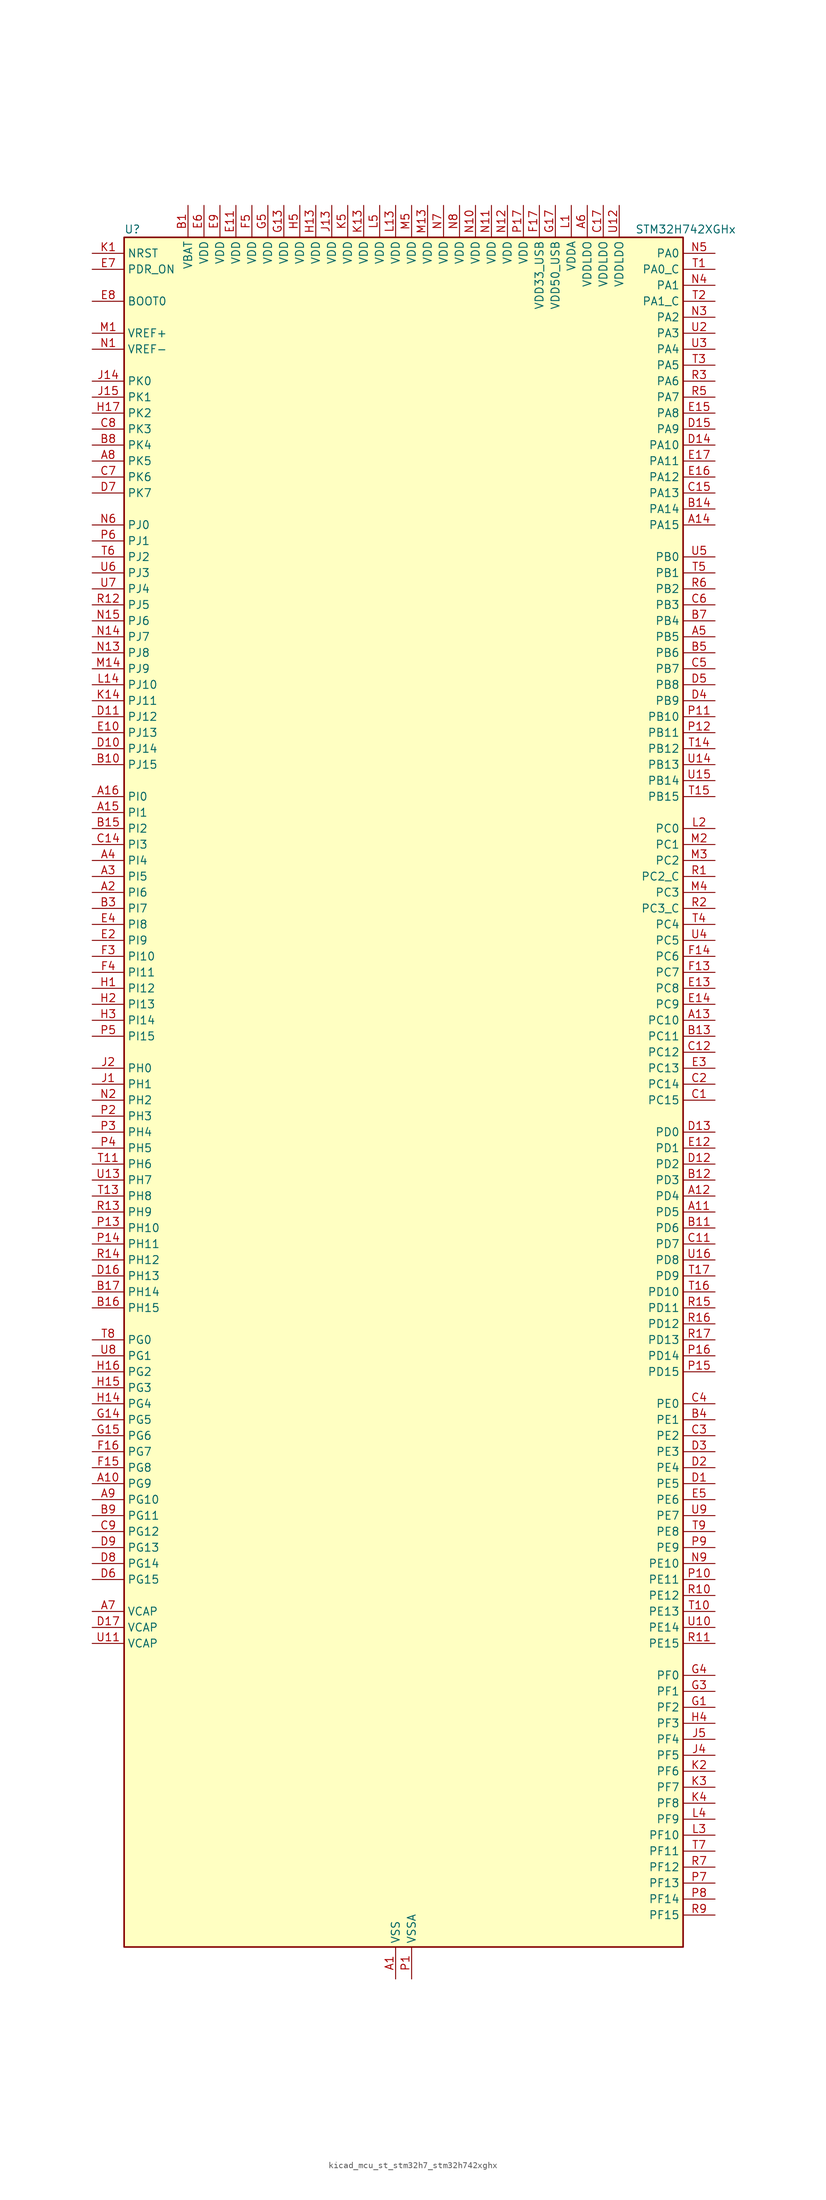
<source format=kicad_sym>
(kicad_symbol_lib
  (version 20220914)
  (generator kicad_symbol_editor)
  (symbol "kicad_mcu_st_stm32h7_stm32h742xghx"
    (property "Reference" "U"
      (at -43.18 138.43 0)
      (effects (font (size 1.27 1.27)) (justify left)))
    (property "Value" "STM32H742XGHx"
      (at 38.1 138.43 0)
      (effects (font (size 1.27 1.27)) (justify left)))
    (property "ki_locked" ""
      (at 0 0 0)
      (effects (font (size 1.27 1.27))))
    (symbol "kicad_mcu_st_stm32h7_stm32h742xghx_0_1"
      (rectangle (start -43.18 -134.62) (end 45.72 137.16) (stroke (width 0.254) (type default)) (fill (type background))))
    (symbol "kicad_mcu_st_stm32h7_stm32h742xghx_1_1"
      (pin power_in line (at 0 -139.7 90) (length 5.08) (name "VSS" (effects (font (size 1.27 1.27)))) (number "A1" (effects (font (size 1.27 1.27)))))
      (pin bidirectional line (at -48.26 -60.96 0) (length 5.08) (name "PG9" (effects (font (size 1.27 1.27)))) (number "A10" (effects (font (size 1.27 1.27)))) (alternate "DAC1_EXTI9" bidirectional line) (alternate "DCMI_VSYNC" bidirectional line) (alternate "FMC_NCE" bidirectional line) (alternate "FMC_NE2" bidirectional line) (alternate "I2S1_SDI" bidirectional line) (alternate "QUADSPI_BK2_IO2" bidirectional line) (alternate "SAI2_FS_B" bidirectional line) (alternate "SPDIFRX1_IN3" bidirectional line) (alternate "SPI1_MISO" bidirectional line) (alternate "USART6_RX" bidirectional line))
      (pin bidirectional line (at 50.8 -17.78 180) (length 5.08) (name "PD5" (effects (font (size 1.27 1.27)))) (number "A11" (effects (font (size 1.27 1.27)))) (alternate "FMC_NWE" bidirectional line) (alternate "HRTIM_EEV3" bidirectional line) (alternate "USART2_TX" bidirectional line))
      (pin bidirectional line (at 50.8 -15.24 180) (length 5.08) (name "PD4" (effects (font (size 1.27 1.27)))) (number "A12" (effects (font (size 1.27 1.27)))) (alternate "FMC_NOE" bidirectional line) (alternate "HRTIM_FLT3" bidirectional line) (alternate "SAI3_FS_A" bidirectional line) (alternate "USART2_DE" bidirectional line) (alternate "USART2_RTS" bidirectional line))
      (pin bidirectional line (at 50.8 12.7 180) (length 5.08) (name "PC10" (effects (font (size 1.27 1.27)))) (number "A13" (effects (font (size 1.27 1.27)))) (alternate "DCMI_D8" bidirectional line) (alternate "DFSDM1_CKIN5" bidirectional line) (alternate "HRTIM_EEV1" bidirectional line) (alternate "I2S3_CK" bidirectional line) (alternate "QUADSPI_BK1_IO1" bidirectional line) (alternate "SDMMC1_D2" bidirectional line) (alternate "SPI3_SCK" bidirectional line) (alternate "UART4_TX" bidirectional line) (alternate "USART3_TX" bidirectional line))
      (pin bidirectional line (at 50.8 91.44 180) (length 5.08) (name "PA15" (effects (font (size 1.27 1.27)))) (number "A14" (effects (font (size 1.27 1.27)))) (alternate "ADC1_EXTI15" bidirectional line) (alternate "ADC2_EXTI15" bidirectional line) (alternate "ADC3_EXTI15" bidirectional line) (alternate "CEC" bidirectional line) (alternate "DEBUG_JTDI" bidirectional line) (alternate "HRTIM_FLT1" bidirectional line) (alternate "I2S1_WS" bidirectional line) (alternate "I2S3_WS" bidirectional line) (alternate "SPI1_NSS" bidirectional line) (alternate "SPI3_NSS" bidirectional line) (alternate "SPI6_NSS" bidirectional line) (alternate "TIM2_CH1" bidirectional line) (alternate "TIM2_ETR" bidirectional line) (alternate "UART4_DE" bidirectional line) (alternate "UART4_RTS" bidirectional line) (alternate "UART7_TX" bidirectional line))
      (pin bidirectional line (at -48.26 45.72 0) (length 5.08) (name "PI1" (effects (font (size 1.27 1.27)))) (number "A15" (effects (font (size 1.27 1.27)))) (alternate "DCMI_D8" bidirectional line) (alternate "FMC_D25" bidirectional line) (alternate "I2S2_CK" bidirectional line) (alternate "SPI2_SCK" bidirectional line) (alternate "TIM8_BKIN2" bidirectional line) (alternate "TIM8_BKIN2_COMP1" bidirectional line) (alternate "TIM8_BKIN2_COMP2" bidirectional line))
      (pin bidirectional line (at -48.26 48.26 0) (length 5.08) (name "PI0" (effects (font (size 1.27 1.27)))) (number "A16" (effects (font (size 1.27 1.27)))) (alternate "DCMI_D13" bidirectional line) (alternate "FMC_D24" bidirectional line) (alternate "I2S2_WS" bidirectional line) (alternate "SPI2_NSS" bidirectional line) (alternate "TIM5_CH4" bidirectional line))
      (pin passive line (at 0 -139.7 90) (length 5.08) hide (name "VSS" (effects (font (size 1.27 1.27)))) (number "A17" (effects (font (size 1.27 1.27)))))
      (pin bidirectional line (at -48.26 33.02 0) (length 5.08) (name "PI6" (effects (font (size 1.27 1.27)))) (number "A2" (effects (font (size 1.27 1.27)))) (alternate "DCMI_D6" bidirectional line) (alternate "FMC_D28" bidirectional line) (alternate "SAI2_SD_A" bidirectional line) (alternate "TIM8_CH2" bidirectional line))
      (pin bidirectional line (at -48.26 35.56 0) (length 5.08) (name "PI5" (effects (font (size 1.27 1.27)))) (number "A3" (effects (font (size 1.27 1.27)))) (alternate "DCMI_VSYNC" bidirectional line) (alternate "FMC_NBL3" bidirectional line) (alternate "SAI2_SCK_A" bidirectional line) (alternate "TIM8_CH1" bidirectional line))
      (pin bidirectional line (at -48.26 38.1 0) (length 5.08) (name "PI4" (effects (font (size 1.27 1.27)))) (number "A4" (effects (font (size 1.27 1.27)))) (alternate "DCMI_D5" bidirectional line) (alternate "FMC_NBL2" bidirectional line) (alternate "SAI2_MCLK_A" bidirectional line) (alternate "TIM8_BKIN" bidirectional line) (alternate "TIM8_BKIN_COMP1" bidirectional line) (alternate "TIM8_BKIN_COMP2" bidirectional line))
      (pin bidirectional line (at 50.8 73.66 180) (length 5.08) (name "PB5" (effects (font (size 1.27 1.27)))) (number "A5" (effects (font (size 1.27 1.27)))) (alternate "DCMI_D10" bidirectional line) (alternate "ETH_PPS_OUT" bidirectional line) (alternate "FDCAN2_RX" bidirectional line) (alternate "FMC_SDCKE1" bidirectional line) (alternate "HRTIM_EEV7" bidirectional line) (alternate "I2C1_SMBA" bidirectional line) (alternate "I2C4_SMBA" bidirectional line) (alternate "I2S1_SDO" bidirectional line) (alternate "I2S3_SDO" bidirectional line) (alternate "SPI1_MOSI" bidirectional line) (alternate "SPI3_MOSI" bidirectional line) (alternate "SPI6_MOSI" bidirectional line) (alternate "TIM17_BKIN" bidirectional line) (alternate "TIM3_CH2" bidirectional line) (alternate "UART5_RX" bidirectional line) (alternate "USB_OTG_HS_ULPI_D7" bidirectional line))
      (pin power_in line (at 30.48 142.24 270) (length 5.08) (name "VDDLDO" (effects (font (size 1.27 1.27)))) (number "A6" (effects (font (size 1.27 1.27)))))
      (pin power_out line (at -48.26 -81.28 0) (length 5.08) (name "VCAP" (effects (font (size 1.27 1.27)))) (number "A7" (effects (font (size 1.27 1.27)))))
      (pin bidirectional line (at -48.26 101.6 0) (length 5.08) (name "PK5" (effects (font (size 1.27 1.27)))) (number "A8" (effects (font (size 1.27 1.27)))))
      (pin bidirectional line (at -48.26 -63.5 0) (length 5.08) (name "PG10" (effects (font (size 1.27 1.27)))) (number "A9" (effects (font (size 1.27 1.27)))) (alternate "DCMI_D2" bidirectional line) (alternate "FMC_NE3" bidirectional line) (alternate "HRTIM_FLT5" bidirectional line) (alternate "I2S1_WS" bidirectional line) (alternate "SAI2_SD_B" bidirectional line) (alternate "SPI1_NSS" bidirectional line))
      (pin power_in line (at -33.02 142.24 270) (length 5.08) (name "VBAT" (effects (font (size 1.27 1.27)))) (number "B1" (effects (font (size 1.27 1.27)))))
      (pin bidirectional line (at -48.26 53.34 0) (length 5.08) (name "PJ15" (effects (font (size 1.27 1.27)))) (number "B10" (effects (font (size 1.27 1.27)))) (alternate "ADC1_EXTI15" bidirectional line) (alternate "ADC2_EXTI15" bidirectional line) (alternate "ADC3_EXTI15" bidirectional line))
      (pin bidirectional line (at 50.8 -20.32 180) (length 5.08) (name "PD6" (effects (font (size 1.27 1.27)))) (number "B11" (effects (font (size 1.27 1.27)))) (alternate "DCMI_D10" bidirectional line) (alternate "DFSDM1_CKIN4" bidirectional line) (alternate "DFSDM1_DATIN1" bidirectional line) (alternate "FMC_NWAIT" bidirectional line) (alternate "I2S3_SDO" bidirectional line) (alternate "SAI1_D1" bidirectional line) (alternate "SAI1_SD_A" bidirectional line) (alternate "SAI4_D1" bidirectional line) (alternate "SAI4_SD_A" bidirectional line) (alternate "SDMMC2_CK" bidirectional line) (alternate "SPI3_MOSI" bidirectional line) (alternate "USART2_RX" bidirectional line))
      (pin bidirectional line (at 50.8 -12.7 180) (length 5.08) (name "PD3" (effects (font (size 1.27 1.27)))) (number "B12" (effects (font (size 1.27 1.27)))) (alternate "DCMI_D5" bidirectional line) (alternate "DFSDM1_CKOUT" bidirectional line) (alternate "FMC_CLK" bidirectional line) (alternate "I2S2_CK" bidirectional line) (alternate "SPI2_SCK" bidirectional line) (alternate "USART2_CTS" bidirectional line) (alternate "USART2_NSS" bidirectional line))
      (pin bidirectional line (at 50.8 10.16 180) (length 5.08) (name "PC11" (effects (font (size 1.27 1.27)))) (number "B13" (effects (font (size 1.27 1.27)))) (alternate "ADC1_EXTI11" bidirectional line) (alternate "ADC2_EXTI11" bidirectional line) (alternate "ADC3_EXTI11" bidirectional line) (alternate "DCMI_D4" bidirectional line) (alternate "DFSDM1_DATIN5" bidirectional line) (alternate "HRTIM_FLT2" bidirectional line) (alternate "I2S3_SDI" bidirectional line) (alternate "QUADSPI_BK2_NCS" bidirectional line) (alternate "SDMMC1_D3" bidirectional line) (alternate "SPI3_MISO" bidirectional line) (alternate "UART4_RX" bidirectional line) (alternate "USART3_RX" bidirectional line))
      (pin bidirectional line (at 50.8 93.98 180) (length 5.08) (name "PA14" (effects (font (size 1.27 1.27)))) (number "B14" (effects (font (size 1.27 1.27)))) (alternate "DEBUG_JTCK-SWCLK" bidirectional line))
      (pin bidirectional line (at -48.26 43.18 0) (length 5.08) (name "PI2" (effects (font (size 1.27 1.27)))) (number "B15" (effects (font (size 1.27 1.27)))) (alternate "DCMI_D9" bidirectional line) (alternate "FMC_D26" bidirectional line) (alternate "I2S2_SDI" bidirectional line) (alternate "SPI2_MISO" bidirectional line) (alternate "TIM8_CH4" bidirectional line))
      (pin bidirectional line (at -48.26 -33.02 0) (length 5.08) (name "PH15" (effects (font (size 1.27 1.27)))) (number "B16" (effects (font (size 1.27 1.27)))) (alternate "ADC1_EXTI15" bidirectional line) (alternate "ADC2_EXTI15" bidirectional line) (alternate "ADC3_EXTI15" bidirectional line) (alternate "DCMI_D11" bidirectional line) (alternate "FMC_D23" bidirectional line) (alternate "TIM8_CH3N" bidirectional line))
      (pin bidirectional line (at -48.26 -30.48 0) (length 5.08) (name "PH14" (effects (font (size 1.27 1.27)))) (number "B17" (effects (font (size 1.27 1.27)))) (alternate "DCMI_D4" bidirectional line) (alternate "FDCAN1_RX" bidirectional line) (alternate "FMC_D22" bidirectional line) (alternate "TIM8_CH2N" bidirectional line) (alternate "UART4_RX" bidirectional line))
      (pin passive line (at 0 -139.7 90) (length 5.08) hide (name "VSS" (effects (font (size 1.27 1.27)))) (number "B2" (effects (font (size 1.27 1.27)))))
      (pin bidirectional line (at -48.26 30.48 0) (length 5.08) (name "PI7" (effects (font (size 1.27 1.27)))) (number "B3" (effects (font (size 1.27 1.27)))) (alternate "DCMI_D7" bidirectional line) (alternate "FMC_D29" bidirectional line) (alternate "SAI2_FS_A" bidirectional line) (alternate "TIM8_CH3" bidirectional line))
      (pin bidirectional line (at 50.8 -50.8 180) (length 5.08) (name "PE1" (effects (font (size 1.27 1.27)))) (number "B4" (effects (font (size 1.27 1.27)))) (alternate "DCMI_D3" bidirectional line) (alternate "FMC_NBL1" bidirectional line) (alternate "HRTIM_SCOUT" bidirectional line) (alternate "LPTIM1_IN2" bidirectional line) (alternate "UART8_TX" bidirectional line))
      (pin bidirectional line (at 50.8 71.12 180) (length 5.08) (name "PB6" (effects (font (size 1.27 1.27)))) (number "B5" (effects (font (size 1.27 1.27)))) (alternate "CEC" bidirectional line) (alternate "DCMI_D5" bidirectional line) (alternate "DFSDM1_DATIN5" bidirectional line) (alternate "FDCAN2_TX" bidirectional line) (alternate "FMC_SDNE1" bidirectional line) (alternate "HRTIM_EEV8" bidirectional line) (alternate "I2C1_SCL" bidirectional line) (alternate "I2C4_SCL" bidirectional line) (alternate "LPUART1_TX" bidirectional line) (alternate "QUADSPI_BK1_NCS" bidirectional line) (alternate "TIM16_CH1N" bidirectional line) (alternate "TIM4_CH1" bidirectional line) (alternate "UART5_TX" bidirectional line) (alternate "USART1_TX" bidirectional line))
      (pin passive line (at 0 -139.7 90) (length 5.08) hide (name "VSS" (effects (font (size 1.27 1.27)))) (number "B6" (effects (font (size 1.27 1.27)))))
      (pin bidirectional line (at 50.8 76.2 180) (length 5.08) (name "PB4" (effects (font (size 1.27 1.27)))) (number "B7" (effects (font (size 1.27 1.27)))) (alternate "DEBUG_JTRST" bidirectional line) (alternate "HRTIM_EEV6" bidirectional line) (alternate "I2S1_SDI" bidirectional line) (alternate "I2S2_WS" bidirectional line) (alternate "I2S3_SDI" bidirectional line) (alternate "SDMMC2_D3" bidirectional line) (alternate "SPI1_MISO" bidirectional line) (alternate "SPI2_NSS" bidirectional line) (alternate "SPI3_MISO" bidirectional line) (alternate "SPI6_MISO" bidirectional line) (alternate "TIM16_BKIN" bidirectional line) (alternate "TIM3_CH1" bidirectional line) (alternate "UART7_TX" bidirectional line))
      (pin bidirectional line (at -48.26 104.14 0) (length 5.08) (name "PK4" (effects (font (size 1.27 1.27)))) (number "B8" (effects (font (size 1.27 1.27)))))
      (pin bidirectional line (at -48.26 -66.04 0) (length 5.08) (name "PG11" (effects (font (size 1.27 1.27)))) (number "B9" (effects (font (size 1.27 1.27)))) (alternate "ADC1_EXTI11" bidirectional line) (alternate "ADC2_EXTI11" bidirectional line) (alternate "ADC3_EXTI11" bidirectional line) (alternate "DCMI_D3" bidirectional line) (alternate "ETH_TX_EN" bidirectional line) (alternate "HRTIM_EEV4" bidirectional line) (alternate "I2S1_CK" bidirectional line) (alternate "LPTIM1_IN2" bidirectional line) (alternate "SDMMC2_D2" bidirectional line) (alternate "SPDIFRX1_IN0" bidirectional line) (alternate "SPI1_SCK" bidirectional line))
      (pin bidirectional line (at 50.8 0 180) (length 5.08) (name "PC15" (effects (font (size 1.27 1.27)))) (number "C1" (effects (font (size 1.27 1.27)))) (alternate "ADC1_EXTI15" bidirectional line) (alternate "ADC2_EXTI15" bidirectional line) (alternate "ADC3_EXTI15" bidirectional line) (alternate "RCC_OSC32_OUT" bidirectional line))
      (pin passive line (at 0 -139.7 90) (length 5.08) hide (name "VSS" (effects (font (size 1.27 1.27)))) (number "C10" (effects (font (size 1.27 1.27)))))
      (pin bidirectional line (at 50.8 -22.86 180) (length 5.08) (name "PD7" (effects (font (size 1.27 1.27)))) (number "C11" (effects (font (size 1.27 1.27)))) (alternate "DFSDM1_CKIN1" bidirectional line) (alternate "DFSDM1_DATIN4" bidirectional line) (alternate "FMC_NE1" bidirectional line) (alternate "I2S1_SDO" bidirectional line) (alternate "SDMMC2_CMD" bidirectional line) (alternate "SPDIFRX1_IN0" bidirectional line) (alternate "SPI1_MOSI" bidirectional line) (alternate "USART2_CK" bidirectional line))
      (pin bidirectional line (at 50.8 7.62 180) (length 5.08) (name "PC12" (effects (font (size 1.27 1.27)))) (number "C12" (effects (font (size 1.27 1.27)))) (alternate "DCMI_D9" bidirectional line) (alternate "DEBUG_TRACED3" bidirectional line) (alternate "HRTIM_EEV2" bidirectional line) (alternate "I2S3_SDO" bidirectional line) (alternate "SDMMC1_CK" bidirectional line) (alternate "SPI3_MOSI" bidirectional line) (alternate "UART5_TX" bidirectional line) (alternate "USART3_CK" bidirectional line))
      (pin passive line (at 0 -139.7 90) (length 5.08) hide (name "VSS" (effects (font (size 1.27 1.27)))) (number "C13" (effects (font (size 1.27 1.27)))))
      (pin bidirectional line (at -48.26 40.64 0) (length 5.08) (name "PI3" (effects (font (size 1.27 1.27)))) (number "C14" (effects (font (size 1.27 1.27)))) (alternate "DCMI_D10" bidirectional line) (alternate "FMC_D27" bidirectional line) (alternate "I2S2_SDO" bidirectional line) (alternate "SPI2_MOSI" bidirectional line) (alternate "TIM8_ETR" bidirectional line))
      (pin bidirectional line (at 50.8 96.52 180) (length 5.08) (name "PA13" (effects (font (size 1.27 1.27)))) (number "C15" (effects (font (size 1.27 1.27)))) (alternate "DEBUG_JTMS-SWDIO" bidirectional line))
      (pin passive line (at 0 -139.7 90) (length 5.08) hide (name "VSS" (effects (font (size 1.27 1.27)))) (number "C16" (effects (font (size 1.27 1.27)))))
      (pin power_in line (at 33.02 142.24 270) (length 5.08) (name "VDDLDO" (effects (font (size 1.27 1.27)))) (number "C17" (effects (font (size 1.27 1.27)))))
      (pin bidirectional line (at 50.8 2.54 180) (length 5.08) (name "PC14" (effects (font (size 1.27 1.27)))) (number "C2" (effects (font (size 1.27 1.27)))) (alternate "RCC_OSC32_IN" bidirectional line))
      (pin bidirectional line (at 50.8 -53.34 180) (length 5.08) (name "PE2" (effects (font (size 1.27 1.27)))) (number "C3" (effects (font (size 1.27 1.27)))) (alternate "DEBUG_TRACECLK" bidirectional line) (alternate "ETH_TXD3" bidirectional line) (alternate "FMC_A23" bidirectional line) (alternate "QUADSPI_BK1_IO2" bidirectional line) (alternate "SAI1_CK1" bidirectional line) (alternate "SAI1_MCLK_A" bidirectional line) (alternate "SAI4_CK1" bidirectional line) (alternate "SAI4_MCLK_A" bidirectional line) (alternate "SPI4_SCK" bidirectional line))
      (pin bidirectional line (at 50.8 -48.26 180) (length 5.08) (name "PE0" (effects (font (size 1.27 1.27)))) (number "C4" (effects (font (size 1.27 1.27)))) (alternate "DCMI_D2" bidirectional line) (alternate "FMC_NBL0" bidirectional line) (alternate "HRTIM_SCIN" bidirectional line) (alternate "LPTIM1_ETR" bidirectional line) (alternate "LPTIM2_ETR" bidirectional line) (alternate "SAI2_MCLK_A" bidirectional line) (alternate "TIM4_ETR" bidirectional line) (alternate "UART8_RX" bidirectional line))
      (pin bidirectional line (at 50.8 68.58 180) (length 5.08) (name "PB7" (effects (font (size 1.27 1.27)))) (number "C5" (effects (font (size 1.27 1.27)))) (alternate "DCMI_VSYNC" bidirectional line) (alternate "DFSDM1_CKIN5" bidirectional line) (alternate "FMC_NL" bidirectional line) (alternate "HRTIM_EEV9" bidirectional line) (alternate "I2C1_SDA" bidirectional line) (alternate "I2C4_SDA" bidirectional line) (alternate "LPUART1_RX" bidirectional line) (alternate "PWR_PVD_IN" bidirectional line) (alternate "TIM17_CH1N" bidirectional line) (alternate "TIM4_CH2" bidirectional line) (alternate "USART1_RX" bidirectional line))
      (pin bidirectional line (at 50.8 78.74 180) (length 5.08) (name "PB3" (effects (font (size 1.27 1.27)))) (number "C6" (effects (font (size 1.27 1.27)))) (alternate "CRS_SYNC" bidirectional line) (alternate "DEBUG_JTDO-SWO" bidirectional line) (alternate "HRTIM_FLT4" bidirectional line) (alternate "I2S1_CK" bidirectional line) (alternate "I2S3_CK" bidirectional line) (alternate "SDMMC2_D2" bidirectional line) (alternate "SPI1_SCK" bidirectional line) (alternate "SPI3_SCK" bidirectional line) (alternate "SPI6_SCK" bidirectional line) (alternate "TIM2_CH2" bidirectional line) (alternate "UART7_RX" bidirectional line))
      (pin bidirectional line (at -48.26 99.06 0) (length 5.08) (name "PK6" (effects (font (size 1.27 1.27)))) (number "C7" (effects (font (size 1.27 1.27)))))
      (pin bidirectional line (at -48.26 106.68 0) (length 5.08) (name "PK3" (effects (font (size 1.27 1.27)))) (number "C8" (effects (font (size 1.27 1.27)))))
      (pin bidirectional line (at -48.26 -68.58 0) (length 5.08) (name "PG12" (effects (font (size 1.27 1.27)))) (number "C9" (effects (font (size 1.27 1.27)))) (alternate "ETH_TXD1" bidirectional line) (alternate "FMC_NE4" bidirectional line) (alternate "HRTIM_EEV5" bidirectional line) (alternate "LPTIM1_IN1" bidirectional line) (alternate "SPDIFRX1_IN1" bidirectional line) (alternate "SPI6_MISO" bidirectional line) (alternate "USART6_DE" bidirectional line) (alternate "USART6_RTS" bidirectional line))
      (pin bidirectional line (at 50.8 -60.96 180) (length 5.08) (name "PE5" (effects (font (size 1.27 1.27)))) (number "D1" (effects (font (size 1.27 1.27)))) (alternate "DCMI_D6" bidirectional line) (alternate "DEBUG_TRACED2" bidirectional line) (alternate "DFSDM1_CKIN3" bidirectional line) (alternate "FMC_A21" bidirectional line) (alternate "SAI1_CK2" bidirectional line) (alternate "SAI1_SCK_A" bidirectional line) (alternate "SAI4_CK2" bidirectional line) (alternate "SAI4_SCK_A" bidirectional line) (alternate "SPI4_MISO" bidirectional line) (alternate "TIM15_CH1" bidirectional line))
      (pin bidirectional line (at -48.26 55.88 0) (length 5.08) (name "PJ14" (effects (font (size 1.27 1.27)))) (number "D10" (effects (font (size 1.27 1.27)))))
      (pin bidirectional line (at -48.26 60.96 0) (length 5.08) (name "PJ12" (effects (font (size 1.27 1.27)))) (number "D11" (effects (font (size 1.27 1.27)))) (alternate "DEBUG_TRGOUT" bidirectional line))
      (pin bidirectional line (at 50.8 -10.16 180) (length 5.08) (name "PD2" (effects (font (size 1.27 1.27)))) (number "D12" (effects (font (size 1.27 1.27)))) (alternate "DCMI_D11" bidirectional line) (alternate "DEBUG_TRACED2" bidirectional line) (alternate "SDMMC1_CMD" bidirectional line) (alternate "TIM3_ETR" bidirectional line) (alternate "UART5_RX" bidirectional line))
      (pin bidirectional line (at 50.8 -5.08 180) (length 5.08) (name "PD0" (effects (font (size 1.27 1.27)))) (number "D13" (effects (font (size 1.27 1.27)))) (alternate "DFSDM1_CKIN6" bidirectional line) (alternate "FDCAN1_RX" bidirectional line) (alternate "FMC_D2" bidirectional line) (alternate "FMC_DA2" bidirectional line) (alternate "SAI3_SCK_A" bidirectional line) (alternate "UART4_RX" bidirectional line))
      (pin bidirectional line (at 50.8 104.14 180) (length 5.08) (name "PA10" (effects (font (size 1.27 1.27)))) (number "D14" (effects (font (size 1.27 1.27)))) (alternate "DCMI_D1" bidirectional line) (alternate "HRTIM_CHC2" bidirectional line) (alternate "LPUART1_RX" bidirectional line) (alternate "MDIOS_MDIO" bidirectional line) (alternate "TIM1_CH3" bidirectional line) (alternate "USART1_RX" bidirectional line) (alternate "USB_OTG_FS_ID" bidirectional line))
      (pin bidirectional line (at 50.8 106.68 180) (length 5.08) (name "PA9" (effects (font (size 1.27 1.27)))) (number "D15" (effects (font (size 1.27 1.27)))) (alternate "DAC1_EXTI9" bidirectional line) (alternate "DCMI_D0" bidirectional line) (alternate "HRTIM_CHC1" bidirectional line) (alternate "I2C3_SMBA" bidirectional line) (alternate "I2S2_CK" bidirectional line) (alternate "LPUART1_TX" bidirectional line) (alternate "SPI2_SCK" bidirectional line) (alternate "TIM1_CH2" bidirectional line) (alternate "USART1_TX" bidirectional line) (alternate "USB_OTG_FS_VBUS" bidirectional line))
      (pin bidirectional line (at -48.26 -27.94 0) (length 5.08) (name "PH13" (effects (font (size 1.27 1.27)))) (number "D16" (effects (font (size 1.27 1.27)))) (alternate "FDCAN1_TX" bidirectional line) (alternate "FMC_D21" bidirectional line) (alternate "TIM8_CH1N" bidirectional line) (alternate "UART4_TX" bidirectional line))
      (pin power_out line (at -48.26 -83.82 0) (length 5.08) (name "VCAP" (effects (font (size 1.27 1.27)))) (number "D17" (effects (font (size 1.27 1.27)))))
      (pin bidirectional line (at 50.8 -58.42 180) (length 5.08) (name "PE4" (effects (font (size 1.27 1.27)))) (number "D2" (effects (font (size 1.27 1.27)))) (alternate "DCMI_D4" bidirectional line) (alternate "DEBUG_TRACED1" bidirectional line) (alternate "DFSDM1_DATIN3" bidirectional line) (alternate "FMC_A20" bidirectional line) (alternate "SAI1_D2" bidirectional line) (alternate "SAI1_FS_A" bidirectional line) (alternate "SAI4_D2" bidirectional line) (alternate "SAI4_FS_A" bidirectional line) (alternate "SPI4_NSS" bidirectional line) (alternate "TIM15_CH1N" bidirectional line))
      (pin bidirectional line (at 50.8 -55.88 180) (length 5.08) (name "PE3" (effects (font (size 1.27 1.27)))) (number "D3" (effects (font (size 1.27 1.27)))) (alternate "DEBUG_TRACED0" bidirectional line) (alternate "FMC_A19" bidirectional line) (alternate "SAI1_SD_B" bidirectional line) (alternate "SAI4_SD_B" bidirectional line) (alternate "TIM15_BKIN" bidirectional line))
      (pin bidirectional line (at 50.8 63.5 180) (length 5.08) (name "PB9" (effects (font (size 1.27 1.27)))) (number "D4" (effects (font (size 1.27 1.27)))) (alternate "DAC1_EXTI9" bidirectional line) (alternate "DCMI_D7" bidirectional line) (alternate "DFSDM1_DATIN7" bidirectional line) (alternate "FDCAN1_TX" bidirectional line) (alternate "I2C1_SDA" bidirectional line) (alternate "I2C4_SDA" bidirectional line) (alternate "I2C4_SMBA" bidirectional line) (alternate "I2S2_WS" bidirectional line) (alternate "SDMMC1_CDIR" bidirectional line) (alternate "SDMMC1_D5" bidirectional line) (alternate "SDMMC2_D5" bidirectional line) (alternate "SPI2_NSS" bidirectional line) (alternate "TIM17_CH1" bidirectional line) (alternate "TIM4_CH4" bidirectional line) (alternate "UART4_TX" bidirectional line))
      (pin bidirectional line (at 50.8 66.04 180) (length 5.08) (name "PB8" (effects (font (size 1.27 1.27)))) (number "D5" (effects (font (size 1.27 1.27)))) (alternate "DCMI_D6" bidirectional line) (alternate "DFSDM1_CKIN7" bidirectional line) (alternate "ETH_TXD3" bidirectional line) (alternate "FDCAN1_RX" bidirectional line) (alternate "I2C1_SCL" bidirectional line) (alternate "I2C4_SCL" bidirectional line) (alternate "SDMMC1_CKIN" bidirectional line) (alternate "SDMMC1_D4" bidirectional line) (alternate "SDMMC2_D4" bidirectional line) (alternate "TIM16_CH1" bidirectional line) (alternate "TIM4_CH3" bidirectional line) (alternate "UART4_RX" bidirectional line))
      (pin bidirectional line (at -48.26 -76.2 0) (length 5.08) (name "PG15" (effects (font (size 1.27 1.27)))) (number "D6" (effects (font (size 1.27 1.27)))) (alternate "ADC1_EXTI15" bidirectional line) (alternate "ADC2_EXTI15" bidirectional line) (alternate "ADC3_EXTI15" bidirectional line) (alternate "DCMI_D13" bidirectional line) (alternate "FMC_SDNCAS" bidirectional line) (alternate "USART6_CTS" bidirectional line) (alternate "USART6_NSS" bidirectional line))
      (pin bidirectional line (at -48.26 96.52 0) (length 5.08) (name "PK7" (effects (font (size 1.27 1.27)))) (number "D7" (effects (font (size 1.27 1.27)))))
      (pin bidirectional line (at -48.26 -73.66 0) (length 5.08) (name "PG14" (effects (font (size 1.27 1.27)))) (number "D8" (effects (font (size 1.27 1.27)))) (alternate "DEBUG_TRACED1" bidirectional line) (alternate "ETH_TXD1" bidirectional line) (alternate "FMC_A25" bidirectional line) (alternate "LPTIM1_ETR" bidirectional line) (alternate "QUADSPI_BK2_IO3" bidirectional line) (alternate "SPI6_MOSI" bidirectional line) (alternate "USART6_TX" bidirectional line))
      (pin bidirectional line (at -48.26 -71.12 0) (length 5.08) (name "PG13" (effects (font (size 1.27 1.27)))) (number "D9" (effects (font (size 1.27 1.27)))) (alternate "DEBUG_TRACED0" bidirectional line) (alternate "ETH_TXD0" bidirectional line) (alternate "FMC_A24" bidirectional line) (alternate "HRTIM_EEV10" bidirectional line) (alternate "LPTIM1_OUT" bidirectional line) (alternate "SPI6_SCK" bidirectional line) (alternate "USART6_CTS" bidirectional line) (alternate "USART6_NSS" bidirectional line))
      (pin no_connect line (at -43.18 -134.62 0) (length 5.08) hide (name "NC" (effects (font (size 1.27 1.27)))) (number "E1" (effects (font (size 1.27 1.27)))))
      (pin bidirectional line (at -48.26 58.42 0) (length 5.08) (name "PJ13" (effects (font (size 1.27 1.27)))) (number "E10" (effects (font (size 1.27 1.27)))))
      (pin power_in line (at -25.4 142.24 270) (length 5.08) (name "VDD" (effects (font (size 1.27 1.27)))) (number "E11" (effects (font (size 1.27 1.27)))))
      (pin bidirectional line (at 50.8 -7.62 180) (length 5.08) (name "PD1" (effects (font (size 1.27 1.27)))) (number "E12" (effects (font (size 1.27 1.27)))) (alternate "DFSDM1_DATIN6" bidirectional line) (alternate "FDCAN1_TX" bidirectional line) (alternate "FMC_D3" bidirectional line) (alternate "FMC_DA3" bidirectional line) (alternate "SAI3_SD_A" bidirectional line) (alternate "UART4_TX" bidirectional line))
      (pin bidirectional line (at 50.8 17.78 180) (length 5.08) (name "PC8" (effects (font (size 1.27 1.27)))) (number "E13" (effects (font (size 1.27 1.27)))) (alternate "DCMI_D2" bidirectional line) (alternate "DEBUG_TRACED1" bidirectional line) (alternate "FMC_NCE" bidirectional line) (alternate "FMC_NE2" bidirectional line) (alternate "HRTIM_CHB1" bidirectional line) (alternate "SDMMC1_D0" bidirectional line) (alternate "SWPMI1_RX" bidirectional line) (alternate "TIM3_CH3" bidirectional line) (alternate "TIM8_CH3" bidirectional line) (alternate "UART5_DE" bidirectional line) (alternate "UART5_RTS" bidirectional line) (alternate "USART6_CK" bidirectional line))
      (pin bidirectional line (at 50.8 15.24 180) (length 5.08) (name "PC9" (effects (font (size 1.27 1.27)))) (number "E14" (effects (font (size 1.27 1.27)))) (alternate "DAC1_EXTI9" bidirectional line) (alternate "DCMI_D3" bidirectional line) (alternate "I2C3_SDA" bidirectional line) (alternate "I2S_CKIN" bidirectional line) (alternate "QUADSPI_BK1_IO0" bidirectional line) (alternate "RCC_MCO_2" bidirectional line) (alternate "SDMMC1_D1" bidirectional line) (alternate "SWPMI1_SUSPEND" bidirectional line) (alternate "TIM3_CH4" bidirectional line) (alternate "TIM8_CH4" bidirectional line) (alternate "UART5_CTS" bidirectional line))
      (pin bidirectional line (at 50.8 109.22 180) (length 5.08) (name "PA8" (effects (font (size 1.27 1.27)))) (number "E15" (effects (font (size 1.27 1.27)))) (alternate "HRTIM_CHB2" bidirectional line) (alternate "I2C3_SCL" bidirectional line) (alternate "RCC_MCO_1" bidirectional line) (alternate "TIM1_CH1" bidirectional line) (alternate "TIM8_BKIN2" bidirectional line) (alternate "TIM8_BKIN2_COMP1" bidirectional line) (alternate "TIM8_BKIN2_COMP2" bidirectional line) (alternate "UART7_RX" bidirectional line) (alternate "USART1_CK" bidirectional line) (alternate "USB_OTG_FS_SOF" bidirectional line))
      (pin bidirectional line (at 50.8 99.06 180) (length 5.08) (name "PA12" (effects (font (size 1.27 1.27)))) (number "E16" (effects (font (size 1.27 1.27)))) (alternate "FDCAN1_TX" bidirectional line) (alternate "HRTIM_CHD2" bidirectional line) (alternate "I2S2_CK" bidirectional line) (alternate "LPUART1_DE" bidirectional line) (alternate "LPUART1_RTS" bidirectional line) (alternate "SAI2_FS_B" bidirectional line) (alternate "SPI2_SCK" bidirectional line) (alternate "TIM1_ETR" bidirectional line) (alternate "UART4_TX" bidirectional line) (alternate "USART1_DE" bidirectional line) (alternate "USART1_RTS" bidirectional line) (alternate "USB_OTG_FS_DP" bidirectional line))
      (pin bidirectional line (at 50.8 101.6 180) (length 5.08) (name "PA11" (effects (font (size 1.27 1.27)))) (number "E17" (effects (font (size 1.27 1.27)))) (alternate "ADC1_EXTI11" bidirectional line) (alternate "ADC2_EXTI11" bidirectional line) (alternate "ADC3_EXTI11" bidirectional line) (alternate "FDCAN1_RX" bidirectional line) (alternate "HRTIM_CHD1" bidirectional line) (alternate "I2S2_WS" bidirectional line) (alternate "LPUART1_CTS" bidirectional line) (alternate "SPI2_NSS" bidirectional line) (alternate "TIM1_CH4" bidirectional line) (alternate "UART4_RX" bidirectional line) (alternate "USART1_CTS" bidirectional line) (alternate "USART1_NSS" bidirectional line) (alternate "USB_OTG_FS_DM" bidirectional line))
      (pin bidirectional line (at -48.26 25.4 0) (length 5.08) (name "PI9" (effects (font (size 1.27 1.27)))) (number "E2" (effects (font (size 1.27 1.27)))) (alternate "DAC1_EXTI9" bidirectional line) (alternate "FDCAN1_RX" bidirectional line) (alternate "FMC_D30" bidirectional line) (alternate "UART4_RX" bidirectional line))
      (pin bidirectional line (at 50.8 5.08 180) (length 5.08) (name "PC13" (effects (font (size 1.27 1.27)))) (number "E3" (effects (font (size 1.27 1.27)))) (alternate "PWR_WKUP2" bidirectional line) (alternate "RTC_OUT_ALARM" bidirectional line) (alternate "RTC_OUT_CALIB" bidirectional line) (alternate "RTC_TAMP1" bidirectional line) (alternate "RTC_TS" bidirectional line))
      (pin bidirectional line (at -48.26 27.94 0) (length 5.08) (name "PI8" (effects (font (size 1.27 1.27)))) (number "E4" (effects (font (size 1.27 1.27)))) (alternate "PWR_WKUP3" bidirectional line) (alternate "RTC_TAMP2" bidirectional line))
      (pin bidirectional line (at 50.8 -63.5 180) (length 5.08) (name "PE6" (effects (font (size 1.27 1.27)))) (number "E5" (effects (font (size 1.27 1.27)))) (alternate "DCMI_D7" bidirectional line) (alternate "DEBUG_TRACED3" bidirectional line) (alternate "FMC_A22" bidirectional line) (alternate "SAI1_D1" bidirectional line) (alternate "SAI1_SD_A" bidirectional line) (alternate "SAI2_MCLK_B" bidirectional line) (alternate "SAI4_D1" bidirectional line) (alternate "SAI4_SD_A" bidirectional line) (alternate "SPI4_MOSI" bidirectional line) (alternate "TIM15_CH2" bidirectional line) (alternate "TIM1_BKIN2" bidirectional line) (alternate "TIM1_BKIN2_COMP1" bidirectional line) (alternate "TIM1_BKIN2_COMP2" bidirectional line))
      (pin power_in line (at -30.48 142.24 270) (length 5.08) (name "VDD" (effects (font (size 1.27 1.27)))) (number "E6" (effects (font (size 1.27 1.27)))))
      (pin input line (at -48.26 132.08 0) (length 5.08) (name "PDR_ON" (effects (font (size 1.27 1.27)))) (number "E7" (effects (font (size 1.27 1.27)))))
      (pin input line (at -48.26 127 0) (length 5.08) (name "BOOT0" (effects (font (size 1.27 1.27)))) (number "E8" (effects (font (size 1.27 1.27)))))
      (pin power_in line (at -27.94 142.24 270) (length 5.08) (name "VDD" (effects (font (size 1.27 1.27)))) (number "E9" (effects (font (size 1.27 1.27)))))
      (pin passive line (at 0 -139.7 90) (length 5.08) hide (name "VSS" (effects (font (size 1.27 1.27)))) (number "F1" (effects (font (size 1.27 1.27)))))
      (pin bidirectional line (at 50.8 20.32 180) (length 5.08) (name "PC7" (effects (font (size 1.27 1.27)))) (number "F13" (effects (font (size 1.27 1.27)))) (alternate "DCMI_D1" bidirectional line) (alternate "DEBUG_TRGIO" bidirectional line) (alternate "DFSDM1_DATIN3" bidirectional line) (alternate "FMC_NE1" bidirectional line) (alternate "HRTIM_CHA2" bidirectional line) (alternate "I2S3_MCK" bidirectional line) (alternate "SDMMC1_D123DIR" bidirectional line) (alternate "SDMMC1_D7" bidirectional line) (alternate "SDMMC2_D7" bidirectional line) (alternate "SWPMI1_TX" bidirectional line) (alternate "TIM3_CH2" bidirectional line) (alternate "TIM8_CH2" bidirectional line) (alternate "USART6_RX" bidirectional line))
      (pin bidirectional line (at 50.8 22.86 180) (length 5.08) (name "PC6" (effects (font (size 1.27 1.27)))) (number "F14" (effects (font (size 1.27 1.27)))) (alternate "DCMI_D0" bidirectional line) (alternate "DFSDM1_CKIN3" bidirectional line) (alternate "FMC_NWAIT" bidirectional line) (alternate "HRTIM_CHA1" bidirectional line) (alternate "I2S2_MCK" bidirectional line) (alternate "SDMMC1_D0DIR" bidirectional line) (alternate "SDMMC1_D6" bidirectional line) (alternate "SDMMC2_D6" bidirectional line) (alternate "SWPMI1_IO" bidirectional line) (alternate "TIM3_CH1" bidirectional line) (alternate "TIM8_CH1" bidirectional line) (alternate "USART6_TX" bidirectional line))
      (pin bidirectional line (at -48.26 -58.42 0) (length 5.08) (name "PG8" (effects (font (size 1.27 1.27)))) (number "F15" (effects (font (size 1.27 1.27)))) (alternate "ETH_PPS_OUT" bidirectional line) (alternate "FMC_SDCLK" bidirectional line) (alternate "SPDIFRX1_IN2" bidirectional line) (alternate "SPI6_NSS" bidirectional line) (alternate "TIM8_ETR" bidirectional line) (alternate "USART6_DE" bidirectional line) (alternate "USART6_RTS" bidirectional line))
      (pin bidirectional line (at -48.26 -55.88 0) (length 5.08) (name "PG7" (effects (font (size 1.27 1.27)))) (number "F16" (effects (font (size 1.27 1.27)))) (alternate "DCMI_D13" bidirectional line) (alternate "FMC_INT" bidirectional line) (alternate "HRTIM_CHE2" bidirectional line) (alternate "SAI1_MCLK_A" bidirectional line) (alternate "USART6_CK" bidirectional line))
      (pin power_in line (at 22.86 142.24 270) (length 5.08) (name "VDD33_USB" (effects (font (size 1.27 1.27)))) (number "F17" (effects (font (size 1.27 1.27)))))
      (pin passive line (at 0 -139.7 90) (length 5.08) hide (name "VSS" (effects (font (size 1.27 1.27)))) (number "F2" (effects (font (size 1.27 1.27)))))
      (pin bidirectional line (at -48.26 22.86 0) (length 5.08) (name "PI10" (effects (font (size 1.27 1.27)))) (number "F3" (effects (font (size 1.27 1.27)))) (alternate "ETH_RX_ER" bidirectional line) (alternate "FMC_D31" bidirectional line))
      (pin bidirectional line (at -48.26 20.32 0) (length 5.08) (name "PI11" (effects (font (size 1.27 1.27)))) (number "F4" (effects (font (size 1.27 1.27)))) (alternate "ADC1_EXTI11" bidirectional line) (alternate "ADC2_EXTI11" bidirectional line) (alternate "ADC3_EXTI11" bidirectional line) (alternate "PWR_WKUP4" bidirectional line) (alternate "USB_OTG_HS_ULPI_DIR" bidirectional line))
      (pin power_in line (at -22.86 142.24 270) (length 5.08) (name "VDD" (effects (font (size 1.27 1.27)))) (number "F5" (effects (font (size 1.27 1.27)))))
      (pin bidirectional line (at 50.8 -96.52 180) (length 5.08) (name "PF2" (effects (font (size 1.27 1.27)))) (number "G1" (effects (font (size 1.27 1.27)))) (alternate "FMC_A2" bidirectional line) (alternate "I2C2_SMBA" bidirectional line))
      (pin passive line (at 0 -139.7 90) (length 5.08) hide (name "VSS" (effects (font (size 1.27 1.27)))) (number "G10" (effects (font (size 1.27 1.27)))))
      (pin passive line (at 0 -139.7 90) (length 5.08) hide (name "VSS" (effects (font (size 1.27 1.27)))) (number "G11" (effects (font (size 1.27 1.27)))))
      (pin power_in line (at -17.78 142.24 270) (length 5.08) (name "VDD" (effects (font (size 1.27 1.27)))) (number "G13" (effects (font (size 1.27 1.27)))))
      (pin bidirectional line (at -48.26 -50.8 0) (length 5.08) (name "PG5" (effects (font (size 1.27 1.27)))) (number "G14" (effects (font (size 1.27 1.27)))) (alternate "FMC_A15" bidirectional line) (alternate "FMC_BA1" bidirectional line) (alternate "TIM1_ETR" bidirectional line))
      (pin bidirectional line (at -48.26 -53.34 0) (length 5.08) (name "PG6" (effects (font (size 1.27 1.27)))) (number "G15" (effects (font (size 1.27 1.27)))) (alternate "DCMI_D12" bidirectional line) (alternate "FMC_NE3" bidirectional line) (alternate "HRTIM_CHE1" bidirectional line) (alternate "QUADSPI_BK1_NCS" bidirectional line) (alternate "TIM17_BKIN" bidirectional line))
      (pin passive line (at 0 -139.7 90) (length 5.08) hide (name "VSS" (effects (font (size 1.27 1.27)))) (number "G16" (effects (font (size 1.27 1.27)))))
      (pin power_in line (at 25.4 142.24 270) (length 5.08) (name "VDD50_USB" (effects (font (size 1.27 1.27)))) (number "G17" (effects (font (size 1.27 1.27)))))
      (pin passive line (at 0 -139.7 90) (length 5.08) hide (name "VSS" (effects (font (size 1.27 1.27)))) (number "G2" (effects (font (size 1.27 1.27)))))
      (pin bidirectional line (at 50.8 -93.98 180) (length 5.08) (name "PF1" (effects (font (size 1.27 1.27)))) (number "G3" (effects (font (size 1.27 1.27)))) (alternate "FMC_A1" bidirectional line) (alternate "I2C2_SCL" bidirectional line))
      (pin bidirectional line (at 50.8 -91.44 180) (length 5.08) (name "PF0" (effects (font (size 1.27 1.27)))) (number "G4" (effects (font (size 1.27 1.27)))) (alternate "FMC_A0" bidirectional line) (alternate "I2C2_SDA" bidirectional line))
      (pin power_in line (at -20.32 142.24 270) (length 5.08) (name "VDD" (effects (font (size 1.27 1.27)))) (number "G5" (effects (font (size 1.27 1.27)))))
      (pin passive line (at 0 -139.7 90) (length 5.08) hide (name "VSS" (effects (font (size 1.27 1.27)))) (number "G7" (effects (font (size 1.27 1.27)))))
      (pin passive line (at 0 -139.7 90) (length 5.08) hide (name "VSS" (effects (font (size 1.27 1.27)))) (number "G8" (effects (font (size 1.27 1.27)))))
      (pin passive line (at 0 -139.7 90) (length 5.08) hide (name "VSS" (effects (font (size 1.27 1.27)))) (number "G9" (effects (font (size 1.27 1.27)))))
      (pin bidirectional line (at -48.26 17.78 0) (length 5.08) (name "PI12" (effects (font (size 1.27 1.27)))) (number "H1" (effects (font (size 1.27 1.27)))))
      (pin passive line (at 0 -139.7 90) (length 5.08) hide (name "VSS" (effects (font (size 1.27 1.27)))) (number "H10" (effects (font (size 1.27 1.27)))))
      (pin passive line (at 0 -139.7 90) (length 5.08) hide (name "VSS" (effects (font (size 1.27 1.27)))) (number "H11" (effects (font (size 1.27 1.27)))))
      (pin power_in line (at -12.7 142.24 270) (length 5.08) (name "VDD" (effects (font (size 1.27 1.27)))) (number "H13" (effects (font (size 1.27 1.27)))))
      (pin bidirectional line (at -48.26 -48.26 0) (length 5.08) (name "PG4" (effects (font (size 1.27 1.27)))) (number "H14" (effects (font (size 1.27 1.27)))) (alternate "FMC_A14" bidirectional line) (alternate "FMC_BA0" bidirectional line) (alternate "TIM1_BKIN2" bidirectional line) (alternate "TIM1_BKIN2_COMP1" bidirectional line) (alternate "TIM1_BKIN2_COMP2" bidirectional line))
      (pin bidirectional line (at -48.26 -45.72 0) (length 5.08) (name "PG3" (effects (font (size 1.27 1.27)))) (number "H15" (effects (font (size 1.27 1.27)))) (alternate "FMC_A13" bidirectional line) (alternate "TIM8_BKIN2" bidirectional line) (alternate "TIM8_BKIN2_COMP1" bidirectional line) (alternate "TIM8_BKIN2_COMP2" bidirectional line))
      (pin bidirectional line (at -48.26 -43.18 0) (length 5.08) (name "PG2" (effects (font (size 1.27 1.27)))) (number "H16" (effects (font (size 1.27 1.27)))) (alternate "FMC_A12" bidirectional line) (alternate "TIM8_BKIN" bidirectional line) (alternate "TIM8_BKIN_COMP1" bidirectional line) (alternate "TIM8_BKIN_COMP2" bidirectional line))
      (pin bidirectional line (at -48.26 109.22 0) (length 5.08) (name "PK2" (effects (font (size 1.27 1.27)))) (number "H17" (effects (font (size 1.27 1.27)))) (alternate "TIM1_BKIN" bidirectional line) (alternate "TIM1_BKIN_COMP1" bidirectional line) (alternate "TIM1_BKIN_COMP2" bidirectional line) (alternate "TIM8_BKIN" bidirectional line) (alternate "TIM8_BKIN_COMP1" bidirectional line) (alternate "TIM8_BKIN_COMP2" bidirectional line))
      (pin bidirectional line (at -48.26 15.24 0) (length 5.08) (name "PI13" (effects (font (size 1.27 1.27)))) (number "H2" (effects (font (size 1.27 1.27)))))
      (pin bidirectional line (at -48.26 12.7 0) (length 5.08) (name "PI14" (effects (font (size 1.27 1.27)))) (number "H3" (effects (font (size 1.27 1.27)))))
      (pin bidirectional line (at 50.8 -99.06 180) (length 5.08) (name "PF3" (effects (font (size 1.27 1.27)))) (number "H4" (effects (font (size 1.27 1.27)))) (alternate "ADC3_INP5" bidirectional line) (alternate "FMC_A3" bidirectional line))
      (pin power_in line (at -15.24 142.24 270) (length 5.08) (name "VDD" (effects (font (size 1.27 1.27)))) (number "H5" (effects (font (size 1.27 1.27)))))
      (pin passive line (at 0 -139.7 90) (length 5.08) hide (name "VSS" (effects (font (size 1.27 1.27)))) (number "H7" (effects (font (size 1.27 1.27)))))
      (pin passive line (at 0 -139.7 90) (length 5.08) hide (name "VSS" (effects (font (size 1.27 1.27)))) (number "H8" (effects (font (size 1.27 1.27)))))
      (pin passive line (at 0 -139.7 90) (length 5.08) hide (name "VSS" (effects (font (size 1.27 1.27)))) (number "H9" (effects (font (size 1.27 1.27)))))
      (pin bidirectional line (at -48.26 2.54 0) (length 5.08) (name "PH1" (effects (font (size 1.27 1.27)))) (number "J1" (effects (font (size 1.27 1.27)))) (alternate "RCC_OSC_OUT" bidirectional line))
      (pin passive line (at 0 -139.7 90) (length 5.08) hide (name "VSS" (effects (font (size 1.27 1.27)))) (number "J10" (effects (font (size 1.27 1.27)))))
      (pin passive line (at 0 -139.7 90) (length 5.08) hide (name "VSS" (effects (font (size 1.27 1.27)))) (number "J11" (effects (font (size 1.27 1.27)))))
      (pin power_in line (at -10.16 142.24 270) (length 5.08) (name "VDD" (effects (font (size 1.27 1.27)))) (number "J13" (effects (font (size 1.27 1.27)))))
      (pin bidirectional line (at -48.26 114.3 0) (length 5.08) (name "PK0" (effects (font (size 1.27 1.27)))) (number "J14" (effects (font (size 1.27 1.27)))) (alternate "SPI5_SCK" bidirectional line) (alternate "TIM1_CH1N" bidirectional line) (alternate "TIM8_CH3" bidirectional line))
      (pin bidirectional line (at -48.26 111.76 0) (length 5.08) (name "PK1" (effects (font (size 1.27 1.27)))) (number "J15" (effects (font (size 1.27 1.27)))) (alternate "SPI5_NSS" bidirectional line) (alternate "TIM1_CH1" bidirectional line) (alternate "TIM8_CH3N" bidirectional line))
      (pin passive line (at 0 -139.7 90) (length 5.08) hide (name "VSS" (effects (font (size 1.27 1.27)))) (number "J16" (effects (font (size 1.27 1.27)))))
      (pin passive line (at 0 -139.7 90) (length 5.08) hide (name "VSS" (effects (font (size 1.27 1.27)))) (number "J17" (effects (font (size 1.27 1.27)))))
      (pin bidirectional line (at -48.26 5.08 0) (length 5.08) (name "PH0" (effects (font (size 1.27 1.27)))) (number "J2" (effects (font (size 1.27 1.27)))) (alternate "RCC_OSC_IN" bidirectional line))
      (pin passive line (at 0 -139.7 90) (length 5.08) hide (name "VSS" (effects (font (size 1.27 1.27)))) (number "J3" (effects (font (size 1.27 1.27)))))
      (pin bidirectional line (at 50.8 -104.14 180) (length 5.08) (name "PF5" (effects (font (size 1.27 1.27)))) (number "J4" (effects (font (size 1.27 1.27)))) (alternate "ADC3_INP4" bidirectional line) (alternate "FMC_A5" bidirectional line))
      (pin bidirectional line (at 50.8 -101.6 180) (length 5.08) (name "PF4" (effects (font (size 1.27 1.27)))) (number "J5" (effects (font (size 1.27 1.27)))) (alternate "ADC3_INN5" bidirectional line) (alternate "ADC3_INP9" bidirectional line) (alternate "FMC_A4" bidirectional line))
      (pin passive line (at 0 -139.7 90) (length 5.08) hide (name "VSS" (effects (font (size 1.27 1.27)))) (number "J7" (effects (font (size 1.27 1.27)))))
      (pin passive line (at 0 -139.7 90) (length 5.08) hide (name "VSS" (effects (font (size 1.27 1.27)))) (number "J8" (effects (font (size 1.27 1.27)))))
      (pin passive line (at 0 -139.7 90) (length 5.08) hide (name "VSS" (effects (font (size 1.27 1.27)))) (number "J9" (effects (font (size 1.27 1.27)))))
      (pin input line (at -48.26 134.62 0) (length 5.08) (name "NRST" (effects (font (size 1.27 1.27)))) (number "K1" (effects (font (size 1.27 1.27)))))
      (pin passive line (at 0 -139.7 90) (length 5.08) hide (name "VSS" (effects (font (size 1.27 1.27)))) (number "K10" (effects (font (size 1.27 1.27)))))
      (pin passive line (at 0 -139.7 90) (length 5.08) hide (name "VSS" (effects (font (size 1.27 1.27)))) (number "K11" (effects (font (size 1.27 1.27)))))
      (pin power_in line (at -5.08 142.24 270) (length 5.08) (name "VDD" (effects (font (size 1.27 1.27)))) (number "K13" (effects (font (size 1.27 1.27)))))
      (pin bidirectional line (at -48.26 63.5 0) (length 5.08) (name "PJ11" (effects (font (size 1.27 1.27)))) (number "K14" (effects (font (size 1.27 1.27)))) (alternate "ADC1_EXTI11" bidirectional line) (alternate "ADC2_EXTI11" bidirectional line) (alternate "ADC3_EXTI11" bidirectional line) (alternate "SPI5_MISO" bidirectional line) (alternate "TIM1_CH2" bidirectional line) (alternate "TIM8_CH2N" bidirectional line))
      (pin passive line (at 0 -139.7 90) (length 5.08) hide (name "VSS" (effects (font (size 1.27 1.27)))) (number "K15" (effects (font (size 1.27 1.27)))))
      (pin no_connect line (at -43.18 -132.08 0) (length 5.08) hide (name "NC" (effects (font (size 1.27 1.27)))) (number "K16" (effects (font (size 1.27 1.27)))))
      (pin no_connect line (at -43.18 -129.54 0) (length 5.08) hide (name "NC" (effects (font (size 1.27 1.27)))) (number "K17" (effects (font (size 1.27 1.27)))))
      (pin bidirectional line (at 50.8 -106.68 180) (length 5.08) (name "PF6" (effects (font (size 1.27 1.27)))) (number "K2" (effects (font (size 1.27 1.27)))) (alternate "ADC3_INN4" bidirectional line) (alternate "ADC3_INP8" bidirectional line) (alternate "QUADSPI_BK1_IO3" bidirectional line) (alternate "SAI1_SD_B" bidirectional line) (alternate "SAI4_SD_B" bidirectional line) (alternate "SPI5_NSS" bidirectional line) (alternate "TIM16_CH1" bidirectional line) (alternate "UART7_RX" bidirectional line))
      (pin bidirectional line (at 50.8 -109.22 180) (length 5.08) (name "PF7" (effects (font (size 1.27 1.27)))) (number "K3" (effects (font (size 1.27 1.27)))) (alternate "ADC3_INP3" bidirectional line) (alternate "QUADSPI_BK1_IO2" bidirectional line) (alternate "SAI1_MCLK_B" bidirectional line) (alternate "SAI4_MCLK_B" bidirectional line) (alternate "SPI5_SCK" bidirectional line) (alternate "TIM17_CH1" bidirectional line) (alternate "UART7_TX" bidirectional line))
      (pin bidirectional line (at 50.8 -111.76 180) (length 5.08) (name "PF8" (effects (font (size 1.27 1.27)))) (number "K4" (effects (font (size 1.27 1.27)))) (alternate "ADC3_INN3" bidirectional line) (alternate "ADC3_INP7" bidirectional line) (alternate "QUADSPI_BK1_IO0" bidirectional line) (alternate "SAI1_SCK_B" bidirectional line) (alternate "SAI4_SCK_B" bidirectional line) (alternate "SPI5_MISO" bidirectional line) (alternate "TIM13_CH1" bidirectional line) (alternate "TIM16_CH1N" bidirectional line) (alternate "UART7_DE" bidirectional line) (alternate "UART7_RTS" bidirectional line))
      (pin power_in line (at -7.62 142.24 270) (length 5.08) (name "VDD" (effects (font (size 1.27 1.27)))) (number "K5" (effects (font (size 1.27 1.27)))))
      (pin passive line (at 0 -139.7 90) (length 5.08) hide (name "VSS" (effects (font (size 1.27 1.27)))) (number "K7" (effects (font (size 1.27 1.27)))))
      (pin passive line (at 0 -139.7 90) (length 5.08) hide (name "VSS" (effects (font (size 1.27 1.27)))) (number "K8" (effects (font (size 1.27 1.27)))))
      (pin passive line (at 0 -139.7 90) (length 5.08) hide (name "VSS" (effects (font (size 1.27 1.27)))) (number "K9" (effects (font (size 1.27 1.27)))))
      (pin power_in line (at 27.94 142.24 270) (length 5.08) (name "VDDA" (effects (font (size 1.27 1.27)))) (number "L1" (effects (font (size 1.27 1.27)))))
      (pin passive line (at 0 -139.7 90) (length 5.08) hide (name "VSS" (effects (font (size 1.27 1.27)))) (number "L10" (effects (font (size 1.27 1.27)))))
      (pin passive line (at 0 -139.7 90) (length 5.08) hide (name "VSS" (effects (font (size 1.27 1.27)))) (number "L11" (effects (font (size 1.27 1.27)))))
      (pin power_in line (at 0 142.24 270) (length 5.08) (name "VDD" (effects (font (size 1.27 1.27)))) (number "L13" (effects (font (size 1.27 1.27)))))
      (pin bidirectional line (at -48.26 66.04 0) (length 5.08) (name "PJ10" (effects (font (size 1.27 1.27)))) (number "L14" (effects (font (size 1.27 1.27)))) (alternate "SPI5_MOSI" bidirectional line) (alternate "TIM1_CH2N" bidirectional line) (alternate "TIM8_CH2" bidirectional line))
      (pin passive line (at 0 -139.7 90) (length 5.08) hide (name "VSS" (effects (font (size 1.27 1.27)))) (number "L15" (effects (font (size 1.27 1.27)))))
      (pin no_connect line (at -43.18 -127 0) (length 5.08) hide (name "NC" (effects (font (size 1.27 1.27)))) (number "L16" (effects (font (size 1.27 1.27)))))
      (pin no_connect line (at -43.18 -124.46 0) (length 5.08) hide (name "NC" (effects (font (size 1.27 1.27)))) (number "L17" (effects (font (size 1.27 1.27)))))
      (pin bidirectional line (at 50.8 43.18 180) (length 5.08) (name "PC0" (effects (font (size 1.27 1.27)))) (number "L2" (effects (font (size 1.27 1.27)))) (alternate "ADC1_INP10" bidirectional line) (alternate "ADC2_INP10" bidirectional line) (alternate "ADC3_INP10" bidirectional line) (alternate "DFSDM1_CKIN0" bidirectional line) (alternate "DFSDM1_DATIN4" bidirectional line) (alternate "FMC_SDNWE" bidirectional line) (alternate "SAI2_FS_B" bidirectional line) (alternate "USB_OTG_HS_ULPI_STP" bidirectional line))
      (pin bidirectional line (at 50.8 -116.84 180) (length 5.08) (name "PF10" (effects (font (size 1.27 1.27)))) (number "L3" (effects (font (size 1.27 1.27)))) (alternate "ADC3_INN2" bidirectional line) (alternate "ADC3_INP6" bidirectional line) (alternate "DCMI_D11" bidirectional line) (alternate "QUADSPI_CLK" bidirectional line) (alternate "SAI1_D3" bidirectional line) (alternate "SAI4_D3" bidirectional line) (alternate "TIM16_BKIN" bidirectional line))
      (pin bidirectional line (at 50.8 -114.3 180) (length 5.08) (name "PF9" (effects (font (size 1.27 1.27)))) (number "L4" (effects (font (size 1.27 1.27)))) (alternate "ADC3_INP2" bidirectional line) (alternate "DAC1_EXTI9" bidirectional line) (alternate "QUADSPI_BK1_IO1" bidirectional line) (alternate "SAI1_FS_B" bidirectional line) (alternate "SAI4_FS_B" bidirectional line) (alternate "SPI5_MOSI" bidirectional line) (alternate "TIM14_CH1" bidirectional line) (alternate "TIM17_CH1N" bidirectional line) (alternate "UART7_CTS" bidirectional line))
      (pin power_in line (at -2.54 142.24 270) (length 5.08) (name "VDD" (effects (font (size 1.27 1.27)))) (number "L5" (effects (font (size 1.27 1.27)))))
      (pin passive line (at 0 -139.7 90) (length 5.08) hide (name "VSS" (effects (font (size 1.27 1.27)))) (number "L7" (effects (font (size 1.27 1.27)))))
      (pin passive line (at 0 -139.7 90) (length 5.08) hide (name "VSS" (effects (font (size 1.27 1.27)))) (number "L8" (effects (font (size 1.27 1.27)))))
      (pin passive line (at 0 -139.7 90) (length 5.08) hide (name "VSS" (effects (font (size 1.27 1.27)))) (number "L9" (effects (font (size 1.27 1.27)))))
      (pin input line (at -48.26 121.92 0) (length 5.08) (name "VREF+" (effects (font (size 1.27 1.27)))) (number "M1" (effects (font (size 1.27 1.27)))) (alternate "VREFBUF_OUT" bidirectional line))
      (pin power_in line (at 5.08 142.24 270) (length 5.08) (name "VDD" (effects (font (size 1.27 1.27)))) (number "M13" (effects (font (size 1.27 1.27)))))
      (pin bidirectional line (at -48.26 68.58 0) (length 5.08) (name "PJ9" (effects (font (size 1.27 1.27)))) (number "M14" (effects (font (size 1.27 1.27)))) (alternate "DAC1_EXTI9" bidirectional line) (alternate "TIM1_CH3" bidirectional line) (alternate "TIM8_CH1N" bidirectional line) (alternate "UART8_RX" bidirectional line))
      (pin passive line (at 0 -139.7 90) (length 5.08) hide (name "VSS" (effects (font (size 1.27 1.27)))) (number "M15" (effects (font (size 1.27 1.27)))))
      (pin no_connect line (at -43.18 -121.92 0) (length 5.08) hide (name "NC" (effects (font (size 1.27 1.27)))) (number "M16" (effects (font (size 1.27 1.27)))))
      (pin no_connect line (at -43.18 -119.38 0) (length 5.08) hide (name "NC" (effects (font (size 1.27 1.27)))) (number "M17" (effects (font (size 1.27 1.27)))))
      (pin bidirectional line (at 50.8 40.64 180) (length 5.08) (name "PC1" (effects (font (size 1.27 1.27)))) (number "M2" (effects (font (size 1.27 1.27)))) (alternate "ADC1_INN10" bidirectional line) (alternate "ADC1_INP11" bidirectional line) (alternate "ADC2_INN10" bidirectional line) (alternate "ADC2_INP11" bidirectional line) (alternate "ADC3_INN10" bidirectional line) (alternate "ADC3_INP11" bidirectional line) (alternate "DEBUG_TRACED0" bidirectional line) (alternate "DFSDM1_CKIN4" bidirectional line) (alternate "DFSDM1_DATIN0" bidirectional line) (alternate "ETH_MDC" bidirectional line) (alternate "I2S2_SDO" bidirectional line) (alternate "MDIOS_MDC" bidirectional line) (alternate "PWR_WKUP5" bidirectional line) (alternate "RTC_TAMP3" bidirectional line) (alternate "SAI1_D1" bidirectional line) (alternate "SAI1_SD_A" bidirectional line) (alternate "SAI4_D1" bidirectional line) (alternate "SAI4_SD_A" bidirectional line) (alternate "SDMMC2_CK" bidirectional line) (alternate "SPI2_MOSI" bidirectional line))
      (pin bidirectional line (at 50.8 38.1 180) (length 5.08) (name "PC2" (effects (font (size 1.27 1.27)))) (number "M3" (effects (font (size 1.27 1.27)))) (alternate "ADC1_INN11" bidirectional line) (alternate "ADC1_INP12" bidirectional line) (alternate "ADC2_INN11" bidirectional line) (alternate "ADC2_INP12" bidirectional line) (alternate "ADC3_INN11" bidirectional line) (alternate "ADC3_INP12" bidirectional line) (alternate "DFSDM1_CKIN1" bidirectional line) (alternate "DFSDM1_CKOUT" bidirectional line) (alternate "ETH_TXD2" bidirectional line) (alternate "FMC_SDNE0" bidirectional line) (alternate "I2S2_SDI" bidirectional line) (alternate "PWR_CSTOP" bidirectional line) (alternate "SPI2_MISO" bidirectional line) (alternate "USB_OTG_HS_ULPI_DIR" bidirectional line))
      (pin bidirectional line (at 50.8 33.02 180) (length 5.08) (name "PC3" (effects (font (size 1.27 1.27)))) (number "M4" (effects (font (size 1.27 1.27)))) (alternate "ADC1_INN12" bidirectional line) (alternate "ADC1_INP13" bidirectional line) (alternate "ADC2_INN12" bidirectional line) (alternate "ADC2_INP13" bidirectional line) (alternate "DFSDM1_DATIN1" bidirectional line) (alternate "ETH_TX_CLK" bidirectional line) (alternate "FMC_SDCKE0" bidirectional line) (alternate "I2S2_SDO" bidirectional line) (alternate "PWR_CSLEEP" bidirectional line) (alternate "SPI2_MOSI" bidirectional line) (alternate "USB_OTG_HS_ULPI_NXT" bidirectional line))
      (pin power_in line (at 2.54 142.24 270) (length 5.08) (name "VDD" (effects (font (size 1.27 1.27)))) (number "M5" (effects (font (size 1.27 1.27)))))
      (pin input line (at -48.26 119.38 0) (length 5.08) (name "VREF-" (effects (font (size 1.27 1.27)))) (number "N1" (effects (font (size 1.27 1.27)))))
      (pin power_in line (at 12.7 142.24 270) (length 5.08) (name "VDD" (effects (font (size 1.27 1.27)))) (number "N10" (effects (font (size 1.27 1.27)))))
      (pin power_in line (at 15.24 142.24 270) (length 5.08) (name "VDD" (effects (font (size 1.27 1.27)))) (number "N11" (effects (font (size 1.27 1.27)))))
      (pin power_in line (at 17.78 142.24 270) (length 5.08) (name "VDD" (effects (font (size 1.27 1.27)))) (number "N12" (effects (font (size 1.27 1.27)))))
      (pin bidirectional line (at -48.26 71.12 0) (length 5.08) (name "PJ8" (effects (font (size 1.27 1.27)))) (number "N13" (effects (font (size 1.27 1.27)))) (alternate "TIM1_CH3N" bidirectional line) (alternate "TIM8_CH1" bidirectional line) (alternate "UART8_TX" bidirectional line))
      (pin bidirectional line (at -48.26 73.66 0) (length 5.08) (name "PJ7" (effects (font (size 1.27 1.27)))) (number "N14" (effects (font (size 1.27 1.27)))) (alternate "DEBUG_TRGIN" bidirectional line) (alternate "TIM8_CH2N" bidirectional line))
      (pin bidirectional line (at -48.26 76.2 0) (length 5.08) (name "PJ6" (effects (font (size 1.27 1.27)))) (number "N15" (effects (font (size 1.27 1.27)))) (alternate "TIM8_CH2" bidirectional line))
      (pin passive line (at 0 -139.7 90) (length 5.08) hide (name "VSS" (effects (font (size 1.27 1.27)))) (number "N16" (effects (font (size 1.27 1.27)))))
      (pin no_connect line (at -43.18 -116.84 0) (length 5.08) hide (name "NC" (effects (font (size 1.27 1.27)))) (number "N17" (effects (font (size 1.27 1.27)))))
      (pin bidirectional line (at -48.26 0 0) (length 5.08) (name "PH2" (effects (font (size 1.27 1.27)))) (number "N2" (effects (font (size 1.27 1.27)))) (alternate "ADC3_INP13" bidirectional line) (alternate "ETH_CRS" bidirectional line) (alternate "FMC_SDCKE0" bidirectional line) (alternate "LPTIM1_IN2" bidirectional line) (alternate "QUADSPI_BK2_IO0" bidirectional line) (alternate "SAI2_SCK_B" bidirectional line))
      (pin bidirectional line (at 50.8 124.46 180) (length 5.08) (name "PA2" (effects (font (size 1.27 1.27)))) (number "N3" (effects (font (size 1.27 1.27)))) (alternate "ADC1_INP14" bidirectional line) (alternate "ADC2_INP14" bidirectional line) (alternate "ETH_MDIO" bidirectional line) (alternate "LPTIM4_OUT" bidirectional line) (alternate "MDIOS_MDIO" bidirectional line) (alternate "PWR_WKUP1" bidirectional line) (alternate "SAI2_SCK_B" bidirectional line) (alternate "TIM15_CH1" bidirectional line) (alternate "TIM2_CH3" bidirectional line) (alternate "TIM5_CH3" bidirectional line) (alternate "USART2_TX" bidirectional line))
      (pin bidirectional line (at 50.8 129.54 180) (length 5.08) (name "PA1" (effects (font (size 1.27 1.27)))) (number "N4" (effects (font (size 1.27 1.27)))) (alternate "ADC1_INN16" bidirectional line) (alternate "ADC1_INP17" bidirectional line) (alternate "ETH_REF_CLK" bidirectional line) (alternate "ETH_RX_CLK" bidirectional line) (alternate "LPTIM3_OUT" bidirectional line) (alternate "QUADSPI_BK1_IO3" bidirectional line) (alternate "SAI2_MCLK_B" bidirectional line) (alternate "TIM15_CH1N" bidirectional line) (alternate "TIM2_CH2" bidirectional line) (alternate "TIM5_CH2" bidirectional line) (alternate "UART4_RX" bidirectional line) (alternate "USART2_DE" bidirectional line) (alternate "USART2_RTS" bidirectional line))
      (pin bidirectional line (at 50.8 134.62 180) (length 5.08) (name "PA0" (effects (font (size 1.27 1.27)))) (number "N5" (effects (font (size 1.27 1.27)))) (alternate "ADC1_INP16" bidirectional line) (alternate "ETH_CRS" bidirectional line) (alternate "PWR_WKUP0" bidirectional line) (alternate "SAI2_SD_B" bidirectional line) (alternate "SDMMC2_CMD" bidirectional line) (alternate "TIM15_BKIN" bidirectional line) (alternate "TIM2_CH1" bidirectional line) (alternate "TIM2_ETR" bidirectional line) (alternate "TIM5_CH1" bidirectional line) (alternate "TIM8_ETR" bidirectional line) (alternate "UART4_TX" bidirectional line) (alternate "USART2_CTS" bidirectional line) (alternate "USART2_NSS" bidirectional line))
      (pin bidirectional line (at -48.26 91.44 0) (length 5.08) (name "PJ0" (effects (font (size 1.27 1.27)))) (number "N6" (effects (font (size 1.27 1.27)))))
      (pin power_in line (at 7.62 142.24 270) (length 5.08) (name "VDD" (effects (font (size 1.27 1.27)))) (number "N7" (effects (font (size 1.27 1.27)))))
      (pin power_in line (at 10.16 142.24 270) (length 5.08) (name "VDD" (effects (font (size 1.27 1.27)))) (number "N8" (effects (font (size 1.27 1.27)))))
      (pin bidirectional line (at 50.8 -73.66 180) (length 5.08) (name "PE10" (effects (font (size 1.27 1.27)))) (number "N9" (effects (font (size 1.27 1.27)))) (alternate "COMP2_INM" bidirectional line) (alternate "DFSDM1_DATIN4" bidirectional line) (alternate "FMC_D7" bidirectional line) (alternate "FMC_DA7" bidirectional line) (alternate "QUADSPI_BK2_IO3" bidirectional line) (alternate "TIM1_CH2N" bidirectional line) (alternate "UART7_CTS" bidirectional line))
      (pin power_in line (at 2.54 -139.7 90) (length 5.08) (name "VSSA" (effects (font (size 1.27 1.27)))) (number "P1" (effects (font (size 1.27 1.27)))))
      (pin bidirectional line (at 50.8 -76.2 180) (length 5.08) (name "PE11" (effects (font (size 1.27 1.27)))) (number "P10" (effects (font (size 1.27 1.27)))) (alternate "ADC1_EXTI11" bidirectional line) (alternate "ADC2_EXTI11" bidirectional line) (alternate "ADC3_EXTI11" bidirectional line) (alternate "COMP2_INP" bidirectional line) (alternate "DFSDM1_CKIN4" bidirectional line) (alternate "FMC_D8" bidirectional line) (alternate "FMC_DA8" bidirectional line) (alternate "SAI2_SD_B" bidirectional line) (alternate "SPI4_NSS" bidirectional line) (alternate "TIM1_CH2" bidirectional line))
      (pin bidirectional line (at 50.8 60.96 180) (length 5.08) (name "PB10" (effects (font (size 1.27 1.27)))) (number "P11" (effects (font (size 1.27 1.27)))) (alternate "DFSDM1_DATIN7" bidirectional line) (alternate "ETH_RX_ER" bidirectional line) (alternate "HRTIM_SCOUT" bidirectional line) (alternate "I2C2_SCL" bidirectional line) (alternate "I2S2_CK" bidirectional line) (alternate "LPTIM2_IN1" bidirectional line) (alternate "QUADSPI_BK1_NCS" bidirectional line) (alternate "SPI2_SCK" bidirectional line) (alternate "TIM2_CH3" bidirectional line) (alternate "USART3_TX" bidirectional line) (alternate "USB_OTG_HS_ULPI_D3" bidirectional line))
      (pin bidirectional line (at 50.8 58.42 180) (length 5.08) (name "PB11" (effects (font (size 1.27 1.27)))) (number "P12" (effects (font (size 1.27 1.27)))) (alternate "ADC1_EXTI11" bidirectional line) (alternate "ADC2_EXTI11" bidirectional line) (alternate "ADC3_EXTI11" bidirectional line) (alternate "DFSDM1_CKIN7" bidirectional line) (alternate "ETH_TX_EN" bidirectional line) (alternate "HRTIM_SCIN" bidirectional line) (alternate "I2C2_SDA" bidirectional line) (alternate "LPTIM2_ETR" bidirectional line) (alternate "TIM2_CH4" bidirectional line) (alternate "USART3_RX" bidirectional line) (alternate "USB_OTG_HS_ULPI_D4" bidirectional line))
      (pin bidirectional line (at -48.26 -20.32 0) (length 5.08) (name "PH10" (effects (font (size 1.27 1.27)))) (number "P13" (effects (font (size 1.27 1.27)))) (alternate "DCMI_D1" bidirectional line) (alternate "FMC_D18" bidirectional line) (alternate "I2C4_SMBA" bidirectional line) (alternate "TIM5_CH1" bidirectional line))
      (pin bidirectional line (at -48.26 -22.86 0) (length 5.08) (name "PH11" (effects (font (size 1.27 1.27)))) (number "P14" (effects (font (size 1.27 1.27)))) (alternate "ADC1_EXTI11" bidirectional line) (alternate "ADC2_EXTI11" bidirectional line) (alternate "ADC3_EXTI11" bidirectional line) (alternate "DCMI_D2" bidirectional line) (alternate "FMC_D19" bidirectional line) (alternate "I2C4_SCL" bidirectional line) (alternate "TIM5_CH2" bidirectional line))
      (pin bidirectional line (at 50.8 -43.18 180) (length 5.08) (name "PD15" (effects (font (size 1.27 1.27)))) (number "P15" (effects (font (size 1.27 1.27)))) (alternate "ADC1_EXTI15" bidirectional line) (alternate "ADC2_EXTI15" bidirectional line) (alternate "ADC3_EXTI15" bidirectional line) (alternate "FMC_D1" bidirectional line) (alternate "FMC_DA1" bidirectional line) (alternate "SAI3_MCLK_A" bidirectional line) (alternate "TIM4_CH4" bidirectional line) (alternate "UART8_DE" bidirectional line) (alternate "UART8_RTS" bidirectional line))
      (pin bidirectional line (at 50.8 -40.64 180) (length 5.08) (name "PD14" (effects (font (size 1.27 1.27)))) (number "P16" (effects (font (size 1.27 1.27)))) (alternate "FMC_D0" bidirectional line) (alternate "FMC_DA0" bidirectional line) (alternate "SAI3_MCLK_B" bidirectional line) (alternate "TIM4_CH3" bidirectional line) (alternate "UART8_CTS" bidirectional line))
      (pin power_in line (at 20.32 142.24 270) (length 5.08) (name "VDD" (effects (font (size 1.27 1.27)))) (number "P17" (effects (font (size 1.27 1.27)))))
      (pin bidirectional line (at -48.26 -2.54 0) (length 5.08) (name "PH3" (effects (font (size 1.27 1.27)))) (number "P2" (effects (font (size 1.27 1.27)))) (alternate "ADC3_INN13" bidirectional line) (alternate "ADC3_INP14" bidirectional line) (alternate "ETH_COL" bidirectional line) (alternate "FMC_SDNE0" bidirectional line) (alternate "QUADSPI_BK2_IO1" bidirectional line) (alternate "SAI2_MCLK_B" bidirectional line))
      (pin bidirectional line (at -48.26 -5.08 0) (length 5.08) (name "PH4" (effects (font (size 1.27 1.27)))) (number "P3" (effects (font (size 1.27 1.27)))) (alternate "ADC3_INN14" bidirectional line) (alternate "ADC3_INP15" bidirectional line) (alternate "I2C2_SCL" bidirectional line) (alternate "USB_OTG_HS_ULPI_NXT" bidirectional line))
      (pin bidirectional line (at -48.26 -7.62 0) (length 5.08) (name "PH5" (effects (font (size 1.27 1.27)))) (number "P4" (effects (font (size 1.27 1.27)))) (alternate "ADC3_INN15" bidirectional line) (alternate "ADC3_INP16" bidirectional line) (alternate "FMC_SDNWE" bidirectional line) (alternate "I2C2_SDA" bidirectional line) (alternate "SPI5_NSS" bidirectional line))
      (pin bidirectional line (at -48.26 10.16 0) (length 5.08) (name "PI15" (effects (font (size 1.27 1.27)))) (number "P5" (effects (font (size 1.27 1.27)))) (alternate "ADC1_EXTI15" bidirectional line) (alternate "ADC2_EXTI15" bidirectional line) (alternate "ADC3_EXTI15" bidirectional line))
      (pin bidirectional line (at -48.26 88.9 0) (length 5.08) (name "PJ1" (effects (font (size 1.27 1.27)))) (number "P6" (effects (font (size 1.27 1.27)))))
      (pin bidirectional line (at 50.8 -124.46 180) (length 5.08) (name "PF13" (effects (font (size 1.27 1.27)))) (number "P7" (effects (font (size 1.27 1.27)))) (alternate "ADC2_INP2" bidirectional line) (alternate "DFSDM1_DATIN6" bidirectional line) (alternate "FMC_A7" bidirectional line) (alternate "I2C4_SMBA" bidirectional line))
      (pin bidirectional line (at 50.8 -127 180) (length 5.08) (name "PF14" (effects (font (size 1.27 1.27)))) (number "P8" (effects (font (size 1.27 1.27)))) (alternate "ADC2_INN2" bidirectional line) (alternate "ADC2_INP6" bidirectional line) (alternate "DFSDM1_CKIN6" bidirectional line) (alternate "FMC_A8" bidirectional line) (alternate "I2C4_SCL" bidirectional line))
      (pin bidirectional line (at 50.8 -71.12 180) (length 5.08) (name "PE9" (effects (font (size 1.27 1.27)))) (number "P9" (effects (font (size 1.27 1.27)))) (alternate "COMP2_INP" bidirectional line) (alternate "DAC1_EXTI9" bidirectional line) (alternate "DFSDM1_CKOUT" bidirectional line) (alternate "FMC_D6" bidirectional line) (alternate "FMC_DA6" bidirectional line) (alternate "OPAMP2_VINP" bidirectional line) (alternate "QUADSPI_BK2_IO2" bidirectional line) (alternate "TIM1_CH1" bidirectional line) (alternate "UART7_DE" bidirectional line) (alternate "UART7_RTS" bidirectional line))
      (pin bidirectional line (at 50.8 35.56 180) (length 5.08) (name "PC2_C" (effects (font (size 1.27 1.27)))) (number "R1" (effects (font (size 1.27 1.27)))) (alternate "ADC3_INN1" bidirectional line) (alternate "ADC3_INP0" bidirectional line) (alternate "DFSDM1_CKIN1" bidirectional line) (alternate "DFSDM1_CKOUT" bidirectional line) (alternate "ETH_TXD2" bidirectional line) (alternate "FMC_SDNE0" bidirectional line) (alternate "I2S2_SDI" bidirectional line) (alternate "PWR_CSTOP" bidirectional line) (alternate "SPI2_MISO" bidirectional line) (alternate "USB_OTG_HS_ULPI_DIR" bidirectional line))
      (pin bidirectional line (at 50.8 -78.74 180) (length 5.08) (name "PE12" (effects (font (size 1.27 1.27)))) (number "R10" (effects (font (size 1.27 1.27)))) (alternate "COMP1_OUT" bidirectional line) (alternate "DFSDM1_DATIN5" bidirectional line) (alternate "FMC_D9" bidirectional line) (alternate "FMC_DA9" bidirectional line) (alternate "SAI2_SCK_B" bidirectional line) (alternate "SPI4_SCK" bidirectional line) (alternate "TIM1_CH3N" bidirectional line))
      (pin bidirectional line (at 50.8 -86.36 180) (length 5.08) (name "PE15" (effects (font (size 1.27 1.27)))) (number "R11" (effects (font (size 1.27 1.27)))) (alternate "ADC1_EXTI15" bidirectional line) (alternate "ADC2_EXTI15" bidirectional line) (alternate "ADC3_EXTI15" bidirectional line) (alternate "FMC_D12" bidirectional line) (alternate "FMC_DA12" bidirectional line) (alternate "TIM1_BKIN" bidirectional line) (alternate "TIM1_BKIN_COMP1" bidirectional line) (alternate "TIM1_BKIN_COMP2" bidirectional line))
      (pin bidirectional line (at -48.26 78.74 0) (length 5.08) (name "PJ5" (effects (font (size 1.27 1.27)))) (number "R12" (effects (font (size 1.27 1.27)))))
      (pin bidirectional line (at -48.26 -17.78 0) (length 5.08) (name "PH9" (effects (font (size 1.27 1.27)))) (number "R13" (effects (font (size 1.27 1.27)))) (alternate "DAC1_EXTI9" bidirectional line) (alternate "DCMI_D0" bidirectional line) (alternate "FMC_D17" bidirectional line) (alternate "I2C3_SMBA" bidirectional line) (alternate "TIM12_CH2" bidirectional line))
      (pin bidirectional line (at -48.26 -25.4 0) (length 5.08) (name "PH12" (effects (font (size 1.27 1.27)))) (number "R14" (effects (font (size 1.27 1.27)))) (alternate "DCMI_D3" bidirectional line) (alternate "FMC_D20" bidirectional line) (alternate "I2C4_SDA" bidirectional line) (alternate "TIM5_CH3" bidirectional line))
      (pin bidirectional line (at 50.8 -33.02 180) (length 5.08) (name "PD11" (effects (font (size 1.27 1.27)))) (number "R15" (effects (font (size 1.27 1.27)))) (alternate "ADC1_EXTI11" bidirectional line) (alternate "ADC2_EXTI11" bidirectional line) (alternate "ADC3_EXTI11" bidirectional line) (alternate "FMC_A16" bidirectional line) (alternate "FMC_CLE" bidirectional line) (alternate "I2C4_SMBA" bidirectional line) (alternate "LPTIM2_IN2" bidirectional line) (alternate "QUADSPI_BK1_IO0" bidirectional line) (alternate "SAI2_SD_A" bidirectional line) (alternate "USART3_CTS" bidirectional line) (alternate "USART3_NSS" bidirectional line))
      (pin bidirectional line (at 50.8 -35.56 180) (length 5.08) (name "PD12" (effects (font (size 1.27 1.27)))) (number "R16" (effects (font (size 1.27 1.27)))) (alternate "FMC_A17" bidirectional line) (alternate "FMC_ALE" bidirectional line) (alternate "I2C4_SCL" bidirectional line) (alternate "LPTIM1_IN1" bidirectional line) (alternate "LPTIM2_IN1" bidirectional line) (alternate "QUADSPI_BK1_IO1" bidirectional line) (alternate "SAI2_FS_A" bidirectional line) (alternate "TIM4_CH1" bidirectional line) (alternate "USART3_DE" bidirectional line) (alternate "USART3_RTS" bidirectional line))
      (pin bidirectional line (at 50.8 -38.1 180) (length 5.08) (name "PD13" (effects (font (size 1.27 1.27)))) (number "R17" (effects (font (size 1.27 1.27)))) (alternate "FMC_A18" bidirectional line) (alternate "I2C4_SDA" bidirectional line) (alternate "LPTIM1_OUT" bidirectional line) (alternate "QUADSPI_BK1_IO3" bidirectional line) (alternate "SAI2_SCK_A" bidirectional line) (alternate "TIM4_CH2" bidirectional line))
      (pin bidirectional line (at 50.8 30.48 180) (length 5.08) (name "PC3_C" (effects (font (size 1.27 1.27)))) (number "R2" (effects (font (size 1.27 1.27)))) (alternate "ADC3_INP1" bidirectional line) (alternate "DFSDM1_DATIN1" bidirectional line) (alternate "ETH_TX_CLK" bidirectional line) (alternate "FMC_SDCKE0" bidirectional line) (alternate "I2S2_SDO" bidirectional line) (alternate "PWR_CSLEEP" bidirectional line) (alternate "SPI2_MOSI" bidirectional line) (alternate "USB_OTG_HS_ULPI_NXT" bidirectional line))
      (pin bidirectional line (at 50.8 114.3 180) (length 5.08) (name "PA6" (effects (font (size 1.27 1.27)))) (number "R3" (effects (font (size 1.27 1.27)))) (alternate "ADC1_INP3" bidirectional line) (alternate "ADC2_INP3" bidirectional line) (alternate "DCMI_PIXCLK" bidirectional line) (alternate "I2S1_SDI" bidirectional line) (alternate "MDIOS_MDC" bidirectional line) (alternate "SPI1_MISO" bidirectional line) (alternate "SPI6_MISO" bidirectional line) (alternate "TIM13_CH1" bidirectional line) (alternate "TIM1_BKIN" bidirectional line) (alternate "TIM1_BKIN_COMP1" bidirectional line) (alternate "TIM1_BKIN_COMP2" bidirectional line) (alternate "TIM3_CH1" bidirectional line) (alternate "TIM8_BKIN" bidirectional line) (alternate "TIM8_BKIN_COMP1" bidirectional line) (alternate "TIM8_BKIN_COMP2" bidirectional line))
      (pin passive line (at 0 -139.7 90) (length 5.08) hide (name "VSS" (effects (font (size 1.27 1.27)))) (number "R4" (effects (font (size 1.27 1.27)))))
      (pin bidirectional line (at 50.8 111.76 180) (length 5.08) (name "PA7" (effects (font (size 1.27 1.27)))) (number "R5" (effects (font (size 1.27 1.27)))) (alternate "ADC1_INN3" bidirectional line) (alternate "ADC1_INP7" bidirectional line) (alternate "ADC2_INN3" bidirectional line) (alternate "ADC2_INP7" bidirectional line) (alternate "ETH_CRS_DV" bidirectional line) (alternate "ETH_RX_DV" bidirectional line) (alternate "FMC_SDNWE" bidirectional line) (alternate "I2S1_SDO" bidirectional line) (alternate "OPAMP1_VINM" bidirectional line) (alternate "OPAMP1_VINM1" bidirectional line) (alternate "SPI1_MOSI" bidirectional line) (alternate "SPI6_MOSI" bidirectional line) (alternate "TIM14_CH1" bidirectional line) (alternate "TIM1_CH1N" bidirectional line) (alternate "TIM3_CH2" bidirectional line) (alternate "TIM8_CH1N" bidirectional line))
      (pin bidirectional line (at 50.8 81.28 180) (length 5.08) (name "PB2" (effects (font (size 1.27 1.27)))) (number "R6" (effects (font (size 1.27 1.27)))) (alternate "COMP1_INP" bidirectional line) (alternate "DFSDM1_CKIN1" bidirectional line) (alternate "I2S3_SDO" bidirectional line) (alternate "QUADSPI_CLK" bidirectional line) (alternate "RTC_OUT_ALARM" bidirectional line) (alternate "RTC_OUT_CALIB" bidirectional line) (alternate "SAI1_D1" bidirectional line) (alternate "SAI1_SD_A" bidirectional line) (alternate "SAI4_D1" bidirectional line) (alternate "SAI4_SD_A" bidirectional line) (alternate "SPI3_MOSI" bidirectional line))
      (pin bidirectional line (at 50.8 -121.92 180) (length 5.08) (name "PF12" (effects (font (size 1.27 1.27)))) (number "R7" (effects (font (size 1.27 1.27)))) (alternate "ADC1_INN2" bidirectional line) (alternate "ADC1_INP6" bidirectional line) (alternate "FMC_A6" bidirectional line))
      (pin passive line (at 0 -139.7 90) (length 5.08) hide (name "VSS" (effects (font (size 1.27 1.27)))) (number "R8" (effects (font (size 1.27 1.27)))))
      (pin bidirectional line (at 50.8 -129.54 180) (length 5.08) (name "PF15" (effects (font (size 1.27 1.27)))) (number "R9" (effects (font (size 1.27 1.27)))) (alternate "ADC1_EXTI15" bidirectional line) (alternate "ADC2_EXTI15" bidirectional line) (alternate "ADC3_EXTI15" bidirectional line) (alternate "FMC_A9" bidirectional line) (alternate "I2C4_SDA" bidirectional line))
      (pin bidirectional line (at 50.8 132.08 180) (length 5.08) (name "PA0_C" (effects (font (size 1.27 1.27)))) (number "T1" (effects (font (size 1.27 1.27)))) (alternate "ADC1_INN1" bidirectional line) (alternate "ADC1_INP0" bidirectional line) (alternate "ADC2_INN1" bidirectional line) (alternate "ADC2_INP0" bidirectional line) (alternate "ETH_CRS" bidirectional line) (alternate "PWR_WKUP0" bidirectional line) (alternate "SAI2_SD_B" bidirectional line) (alternate "SDMMC2_CMD" bidirectional line) (alternate "TIM15_BKIN" bidirectional line) (alternate "TIM2_CH1" bidirectional line) (alternate "TIM2_ETR" bidirectional line) (alternate "TIM5_CH1" bidirectional line) (alternate "TIM8_ETR" bidirectional line) (alternate "UART4_TX" bidirectional line) (alternate "USART2_CTS" bidirectional line) (alternate "USART2_NSS" bidirectional line))
      (pin bidirectional line (at 50.8 -81.28 180) (length 5.08) (name "PE13" (effects (font (size 1.27 1.27)))) (number "T10" (effects (font (size 1.27 1.27)))) (alternate "COMP2_OUT" bidirectional line) (alternate "DFSDM1_CKIN5" bidirectional line) (alternate "FMC_D10" bidirectional line) (alternate "FMC_DA10" bidirectional line) (alternate "SAI2_FS_B" bidirectional line) (alternate "SPI4_MISO" bidirectional line) (alternate "TIM1_CH3" bidirectional line))
      (pin bidirectional line (at -48.26 -10.16 0) (length 5.08) (name "PH6" (effects (font (size 1.27 1.27)))) (number "T11" (effects (font (size 1.27 1.27)))) (alternate "DCMI_D8" bidirectional line) (alternate "ETH_RXD2" bidirectional line) (alternate "FMC_SDNE1" bidirectional line) (alternate "I2C2_SMBA" bidirectional line) (alternate "SPI5_SCK" bidirectional line) (alternate "TIM12_CH1" bidirectional line))
      (pin passive line (at 0 -139.7 90) (length 5.08) hide (name "VSS" (effects (font (size 1.27 1.27)))) (number "T12" (effects (font (size 1.27 1.27)))))
      (pin bidirectional line (at -48.26 -15.24 0) (length 5.08) (name "PH8" (effects (font (size 1.27 1.27)))) (number "T13" (effects (font (size 1.27 1.27)))) (alternate "DCMI_HSYNC" bidirectional line) (alternate "FMC_D16" bidirectional line) (alternate "I2C3_SDA" bidirectional line) (alternate "TIM5_ETR" bidirectional line))
      (pin bidirectional line (at 50.8 55.88 180) (length 5.08) (name "PB12" (effects (font (size 1.27 1.27)))) (number "T14" (effects (font (size 1.27 1.27)))) (alternate "DFSDM1_DATIN1" bidirectional line) (alternate "ETH_TXD0" bidirectional line) (alternate "FDCAN2_RX" bidirectional line) (alternate "I2C2_SMBA" bidirectional line) (alternate "I2S2_WS" bidirectional line) (alternate "SPI2_NSS" bidirectional line) (alternate "TIM1_BKIN" bidirectional line) (alternate "TIM1_BKIN_COMP1" bidirectional line) (alternate "TIM1_BKIN_COMP2" bidirectional line) (alternate "UART5_RX" bidirectional line) (alternate "USART3_CK" bidirectional line) (alternate "USB_OTG_HS_ID" bidirectional line) (alternate "USB_OTG_HS_ULPI_D5" bidirectional line))
      (pin bidirectional line (at 50.8 48.26 180) (length 5.08) (name "PB15" (effects (font (size 1.27 1.27)))) (number "T15" (effects (font (size 1.27 1.27)))) (alternate "ADC1_EXTI15" bidirectional line) (alternate "ADC2_EXTI15" bidirectional line) (alternate "ADC3_EXTI15" bidirectional line) (alternate "DFSDM1_CKIN2" bidirectional line) (alternate "I2S2_SDO" bidirectional line) (alternate "RTC_REFIN" bidirectional line) (alternate "SDMMC2_D1" bidirectional line) (alternate "SPI2_MOSI" bidirectional line) (alternate "TIM12_CH2" bidirectional line) (alternate "TIM1_CH3N" bidirectional line) (alternate "TIM8_CH3N" bidirectional line) (alternate "UART4_CTS" bidirectional line) (alternate "USART1_RX" bidirectional line) (alternate "USB_OTG_HS_DP" bidirectional line))
      (pin bidirectional line (at 50.8 -30.48 180) (length 5.08) (name "PD10" (effects (font (size 1.27 1.27)))) (number "T16" (effects (font (size 1.27 1.27)))) (alternate "DFSDM1_CKOUT" bidirectional line) (alternate "FMC_D15" bidirectional line) (alternate "FMC_DA15" bidirectional line) (alternate "SAI3_FS_B" bidirectional line) (alternate "USART3_CK" bidirectional line))
      (pin bidirectional line (at 50.8 -27.94 180) (length 5.08) (name "PD9" (effects (font (size 1.27 1.27)))) (number "T17" (effects (font (size 1.27 1.27)))) (alternate "DAC1_EXTI9" bidirectional line) (alternate "DFSDM1_DATIN3" bidirectional line) (alternate "FMC_D14" bidirectional line) (alternate "FMC_DA14" bidirectional line) (alternate "SAI3_SD_B" bidirectional line) (alternate "USART3_RX" bidirectional line))
      (pin bidirectional line (at 50.8 127 180) (length 5.08) (name "PA1_C" (effects (font (size 1.27 1.27)))) (number "T2" (effects (font (size 1.27 1.27)))) (alternate "ADC1_INP1" bidirectional line) (alternate "ADC2_INP1" bidirectional line) (alternate "ETH_REF_CLK" bidirectional line) (alternate "ETH_RX_CLK" bidirectional line) (alternate "LPTIM3_OUT" bidirectional line) (alternate "LTDC_R2" bidirectional line) (alternate "QUADSPI_BK1_IO3" bidirectional line) (alternate "SAI2_MCLK_B" bidirectional line) (alternate "TIM15_CH1N" bidirectional line) (alternate "TIM2_CH2" bidirectional line) (alternate "TIM5_CH2" bidirectional line) (alternate "UART4_RX" bidirectional line) (alternate "USART2_DE" bidirectional line) (alternate "USART2_RTS" bidirectional line))
      (pin bidirectional line (at 50.8 116.84 180) (length 5.08) (name "PA5" (effects (font (size 1.27 1.27)))) (number "T3" (effects (font (size 1.27 1.27)))) (alternate "ADC1_INN18" bidirectional line) (alternate "ADC1_INP19" bidirectional line) (alternate "ADC2_INN18" bidirectional line) (alternate "ADC2_INP19" bidirectional line) (alternate "DAC1_OUT2" bidirectional line) (alternate "I2S1_CK" bidirectional line) (alternate "PWR_NDSTOP2" bidirectional line) (alternate "SPI1_SCK" bidirectional line) (alternate "SPI6_SCK" bidirectional line) (alternate "TIM2_CH1" bidirectional line) (alternate "TIM2_ETR" bidirectional line) (alternate "TIM8_CH1N" bidirectional line) (alternate "USB_OTG_HS_ULPI_CK" bidirectional line))
      (pin bidirectional line (at 50.8 27.94 180) (length 5.08) (name "PC4" (effects (font (size 1.27 1.27)))) (number "T4" (effects (font (size 1.27 1.27)))) (alternate "ADC1_INP4" bidirectional line) (alternate "ADC2_INP4" bidirectional line) (alternate "COMP1_INM" bidirectional line) (alternate "DFSDM1_CKIN2" bidirectional line) (alternate "ETH_RXD0" bidirectional line) (alternate "FMC_SDNE0" bidirectional line) (alternate "I2S1_MCK" bidirectional line) (alternate "OPAMP1_VOUT" bidirectional line) (alternate "SPDIFRX1_IN2" bidirectional line))
      (pin bidirectional line (at 50.8 83.82 180) (length 5.08) (name "PB1" (effects (font (size 1.27 1.27)))) (number "T5" (effects (font (size 1.27 1.27)))) (alternate "ADC1_INP5" bidirectional line) (alternate "ADC2_INP5" bidirectional line) (alternate "COMP1_INM" bidirectional line) (alternate "DFSDM1_DATIN1" bidirectional line) (alternate "ETH_RXD3" bidirectional line) (alternate "TIM1_CH3N" bidirectional line) (alternate "TIM3_CH4" bidirectional line) (alternate "TIM8_CH3N" bidirectional line) (alternate "USB_OTG_HS_ULPI_D2" bidirectional line))
      (pin bidirectional line (at -48.26 86.36 0) (length 5.08) (name "PJ2" (effects (font (size 1.27 1.27)))) (number "T6" (effects (font (size 1.27 1.27)))))
      (pin bidirectional line (at 50.8 -119.38 180) (length 5.08) (name "PF11" (effects (font (size 1.27 1.27)))) (number "T7" (effects (font (size 1.27 1.27)))) (alternate "ADC1_EXTI11" bidirectional line) (alternate "ADC1_INP2" bidirectional line) (alternate "ADC2_EXTI11" bidirectional line) (alternate "ADC3_EXTI11" bidirectional line) (alternate "DCMI_D12" bidirectional line) (alternate "FMC_SDNRAS" bidirectional line) (alternate "SAI2_SD_B" bidirectional line) (alternate "SPI5_MOSI" bidirectional line))
      (pin bidirectional line (at -48.26 -38.1 0) (length 5.08) (name "PG0" (effects (font (size 1.27 1.27)))) (number "T8" (effects (font (size 1.27 1.27)))) (alternate "FMC_A10" bidirectional line))
      (pin bidirectional line (at 50.8 -68.58 180) (length 5.08) (name "PE8" (effects (font (size 1.27 1.27)))) (number "T9" (effects (font (size 1.27 1.27)))) (alternate "COMP2_OUT" bidirectional line) (alternate "DFSDM1_CKIN2" bidirectional line) (alternate "FMC_D5" bidirectional line) (alternate "FMC_DA5" bidirectional line) (alternate "OPAMP2_VINM" bidirectional line) (alternate "OPAMP2_VINM0" bidirectional line) (alternate "QUADSPI_BK2_IO1" bidirectional line) (alternate "TIM1_CH1N" bidirectional line) (alternate "UART7_TX" bidirectional line))
      (pin passive line (at 0 -139.7 90) (length 5.08) hide (name "VSS" (effects (font (size 1.27 1.27)))) (number "U1" (effects (font (size 1.27 1.27)))))
      (pin bidirectional line (at 50.8 -83.82 180) (length 5.08) (name "PE14" (effects (font (size 1.27 1.27)))) (number "U10" (effects (font (size 1.27 1.27)))) (alternate "FMC_D11" bidirectional line) (alternate "FMC_DA11" bidirectional line) (alternate "SAI2_MCLK_B" bidirectional line) (alternate "SPI4_MOSI" bidirectional line) (alternate "TIM1_CH4" bidirectional line))
      (pin power_out line (at -48.26 -86.36 0) (length 5.08) (name "VCAP" (effects (font (size 1.27 1.27)))) (number "U11" (effects (font (size 1.27 1.27)))))
      (pin power_in line (at 35.56 142.24 270) (length 5.08) (name "VDDLDO" (effects (font (size 1.27 1.27)))) (number "U12" (effects (font (size 1.27 1.27)))))
      (pin bidirectional line (at -48.26 -12.7 0) (length 5.08) (name "PH7" (effects (font (size 1.27 1.27)))) (number "U13" (effects (font (size 1.27 1.27)))) (alternate "DCMI_D9" bidirectional line) (alternate "ETH_RXD3" bidirectional line) (alternate "FMC_SDCKE1" bidirectional line) (alternate "I2C3_SCL" bidirectional line) (alternate "SPI5_MISO" bidirectional line))
      (pin bidirectional line (at 50.8 53.34 180) (length 5.08) (name "PB13" (effects (font (size 1.27 1.27)))) (number "U14" (effects (font (size 1.27 1.27)))) (alternate "DFSDM1_CKIN1" bidirectional line) (alternate "ETH_TXD1" bidirectional line) (alternate "FDCAN2_TX" bidirectional line) (alternate "I2S2_CK" bidirectional line) (alternate "LPTIM2_OUT" bidirectional line) (alternate "SPI2_SCK" bidirectional line) (alternate "TIM1_CH1N" bidirectional line) (alternate "UART5_TX" bidirectional line) (alternate "USART3_CTS" bidirectional line) (alternate "USART3_NSS" bidirectional line) (alternate "USB_OTG_HS_ULPI_D6" bidirectional line) (alternate "USB_OTG_HS_VBUS" bidirectional line))
      (pin bidirectional line (at 50.8 50.8 180) (length 5.08) (name "PB14" (effects (font (size 1.27 1.27)))) (number "U15" (effects (font (size 1.27 1.27)))) (alternate "DFSDM1_DATIN2" bidirectional line) (alternate "I2S2_SDI" bidirectional line) (alternate "SDMMC2_D0" bidirectional line) (alternate "SPI2_MISO" bidirectional line) (alternate "TIM12_CH1" bidirectional line) (alternate "TIM1_CH2N" bidirectional line) (alternate "TIM8_CH2N" bidirectional line) (alternate "UART4_DE" bidirectional line) (alternate "UART4_RTS" bidirectional line) (alternate "USART1_TX" bidirectional line) (alternate "USART3_DE" bidirectional line) (alternate "USART3_RTS" bidirectional line) (alternate "USB_OTG_HS_DM" bidirectional line))
      (pin bidirectional line (at 50.8 -25.4 180) (length 5.08) (name "PD8" (effects (font (size 1.27 1.27)))) (number "U16" (effects (font (size 1.27 1.27)))) (alternate "DFSDM1_CKIN3" bidirectional line) (alternate "FMC_D13" bidirectional line) (alternate "FMC_DA13" bidirectional line) (alternate "SAI3_SCK_B" bidirectional line) (alternate "SPDIFRX1_IN1" bidirectional line) (alternate "USART3_TX" bidirectional line))
      (pin passive line (at 0 -139.7 90) (length 5.08) hide (name "VSS" (effects (font (size 1.27 1.27)))) (number "U17" (effects (font (size 1.27 1.27)))))
      (pin bidirectional line (at 50.8 121.92 180) (length 5.08) (name "PA3" (effects (font (size 1.27 1.27)))) (number "U2" (effects (font (size 1.27 1.27)))) (alternate "ADC1_INP15" bidirectional line) (alternate "ADC2_INP15" bidirectional line) (alternate "ETH_COL" bidirectional line) (alternate "LPTIM5_OUT" bidirectional line) (alternate "TIM15_CH2" bidirectional line) (alternate "TIM2_CH4" bidirectional line) (alternate "TIM5_CH4" bidirectional line) (alternate "USART2_RX" bidirectional line) (alternate "USB_OTG_HS_ULPI_D0" bidirectional line))
      (pin bidirectional line (at 50.8 119.38 180) (length 5.08) (name "PA4" (effects (font (size 1.27 1.27)))) (number "U3" (effects (font (size 1.27 1.27)))) (alternate "ADC1_INP18" bidirectional line) (alternate "ADC2_INP18" bidirectional line) (alternate "DAC1_OUT1" bidirectional line) (alternate "DCMI_HSYNC" bidirectional line) (alternate "I2S1_WS" bidirectional line) (alternate "I2S3_WS" bidirectional line) (alternate "SPI1_NSS" bidirectional line) (alternate "SPI3_NSS" bidirectional line) (alternate "SPI6_NSS" bidirectional line) (alternate "TIM5_ETR" bidirectional line) (alternate "USART2_CK" bidirectional line) (alternate "USB_OTG_HS_SOF" bidirectional line))
      (pin bidirectional line (at 50.8 25.4 180) (length 5.08) (name "PC5" (effects (font (size 1.27 1.27)))) (number "U4" (effects (font (size 1.27 1.27)))) (alternate "ADC1_INN4" bidirectional line) (alternate "ADC1_INP8" bidirectional line) (alternate "ADC2_INN4" bidirectional line) (alternate "ADC2_INP8" bidirectional line) (alternate "COMP1_OUT" bidirectional line) (alternate "DFSDM1_DATIN2" bidirectional line) (alternate "ETH_RXD1" bidirectional line) (alternate "FMC_SDCKE0" bidirectional line) (alternate "OPAMP1_VINM" bidirectional line) (alternate "OPAMP1_VINM0" bidirectional line) (alternate "SAI1_D3" bidirectional line) (alternate "SAI4_D3" bidirectional line) (alternate "SPDIFRX1_IN3" bidirectional line))
      (pin bidirectional line (at 50.8 86.36 180) (length 5.08) (name "PB0" (effects (font (size 1.27 1.27)))) (number "U5" (effects (font (size 1.27 1.27)))) (alternate "ADC1_INN5" bidirectional line) (alternate "ADC1_INP9" bidirectional line) (alternate "ADC2_INN5" bidirectional line) (alternate "ADC2_INP9" bidirectional line) (alternate "COMP1_INP" bidirectional line) (alternate "DFSDM1_CKOUT" bidirectional line) (alternate "ETH_RXD2" bidirectional line) (alternate "OPAMP1_VINP" bidirectional line) (alternate "TIM1_CH2N" bidirectional line) (alternate "TIM3_CH3" bidirectional line) (alternate "TIM8_CH2N" bidirectional line) (alternate "UART4_CTS" bidirectional line) (alternate "USB_OTG_HS_ULPI_D1" bidirectional line))
      (pin bidirectional line (at -48.26 83.82 0) (length 5.08) (name "PJ3" (effects (font (size 1.27 1.27)))) (number "U6" (effects (font (size 1.27 1.27)))))
      (pin bidirectional line (at -48.26 81.28 0) (length 5.08) (name "PJ4" (effects (font (size 1.27 1.27)))) (number "U7" (effects (font (size 1.27 1.27)))))
      (pin bidirectional line (at -48.26 -40.64 0) (length 5.08) (name "PG1" (effects (font (size 1.27 1.27)))) (number "U8" (effects (font (size 1.27 1.27)))) (alternate "FMC_A11" bidirectional line) (alternate "OPAMP2_VINM" bidirectional line) (alternate "OPAMP2_VINM1" bidirectional line))
      (pin bidirectional line (at 50.8 -66.04 180) (length 5.08) (name "PE7" (effects (font (size 1.27 1.27)))) (number "U9" (effects (font (size 1.27 1.27)))) (alternate "COMP2_INM" bidirectional line) (alternate "DFSDM1_DATIN2" bidirectional line) (alternate "FMC_D4" bidirectional line) (alternate "FMC_DA4" bidirectional line) (alternate "OPAMP2_VOUT" bidirectional line) (alternate "QUADSPI_BK2_IO0" bidirectional line) (alternate "TIM1_ETR" bidirectional line) (alternate "UART7_RX" bidirectional line)))))
</source>
